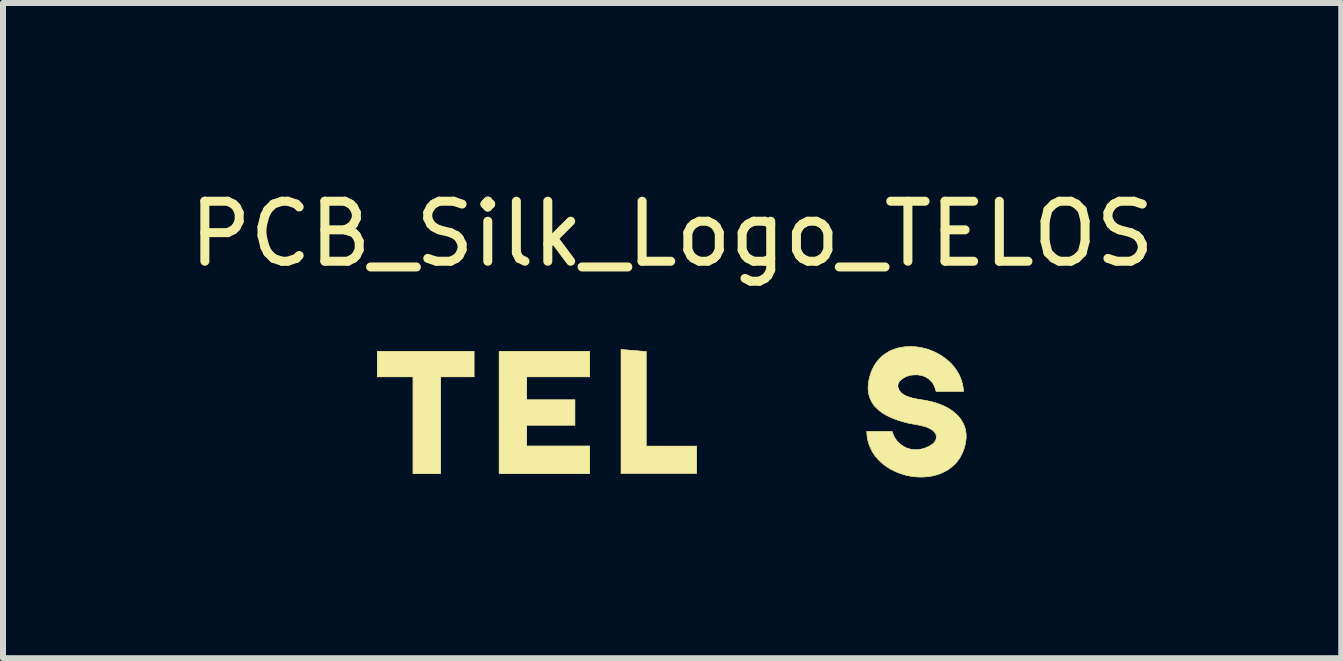
<source format=kicad_pcb>
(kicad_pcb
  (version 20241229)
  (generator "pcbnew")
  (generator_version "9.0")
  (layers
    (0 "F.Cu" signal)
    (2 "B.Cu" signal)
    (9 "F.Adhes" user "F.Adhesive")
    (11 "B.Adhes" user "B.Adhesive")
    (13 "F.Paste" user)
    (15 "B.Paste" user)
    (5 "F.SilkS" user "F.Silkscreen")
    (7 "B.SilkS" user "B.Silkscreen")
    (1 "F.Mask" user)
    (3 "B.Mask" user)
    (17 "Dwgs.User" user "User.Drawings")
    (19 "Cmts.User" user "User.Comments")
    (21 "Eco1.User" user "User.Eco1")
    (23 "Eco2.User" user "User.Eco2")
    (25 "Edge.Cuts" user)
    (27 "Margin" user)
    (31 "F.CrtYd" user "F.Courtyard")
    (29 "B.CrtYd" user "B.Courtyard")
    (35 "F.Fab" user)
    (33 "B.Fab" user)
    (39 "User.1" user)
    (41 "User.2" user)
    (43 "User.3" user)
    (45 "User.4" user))
  (footprint "PCB_Silk_Logo_TELOS"
    (layer "F.Cu")
    (at 7.979 3.798)
    (property "Reference" "PCB_Silk_Logo_TELOS" (at 0.17 -2.95 0) (unlocked yes) (layer "F.SilkS") (effects (font (size 1 1) (thickness 0.15))))
    (attr exclude_from_pos_files exclude_from_bom)
    (fp_line (start 0.902 -0.034) (end 0.903 -0.065) (stroke (width 0.01) (type solid)) (layer "F.Mask"))
    (fp_line (start 0.902 0.04) (end 0.903 0.071) (stroke (width 0.01) (type solid)) (layer "F.Mask"))
    (fp_line (start 0.902 -0.004) (end 0.902 -0.034) (stroke (width 0.01) (type solid)) (layer "F.Mask"))
    (fp_line (start 0.902 0.01) (end 0.902 0.04) (stroke (width 0.01) (type solid)) (layer "F.Mask"))
    (fp_line (start 0.903 -0.065) (end 0.904 -0.095) (stroke (width 0.01) (type solid)) (layer "F.Mask"))
    (fp_line (start 0.903 0.071) (end 0.904 0.101) (stroke (width 0.01) (type solid)) (layer "F.Mask"))
    (fp_line (start 0.903 -0.02) (end 0.902 0.01) (stroke (width 0.01) (type solid)) (layer "F.Mask"))
    (fp_line (start 0.904 -0.095) (end 0.907 -0.126) (stroke (width 0.01) (type solid)) (layer "F.Mask"))
    (fp_line (start 0.904 0.101) (end 0.907 0.132) (stroke (width 0.01) (type solid)) (layer "F.Mask"))
    (fp_line (start 0.907 -0.126) (end 0.91 -0.156) (stroke (width 0.01) (type solid)) (layer "F.Mask"))
    (fp_line (start 0.907 0.132) (end 0.91 0.162) (stroke (width 0.01) (type solid)) (layer "F.Mask"))
    (fp_line (start 0.91 -0.156) (end 0.914 -0.186) (stroke (width 0.01) (type solid)) (layer "F.Mask"))
    (fp_line (start 0.91 0.162) (end 0.914 0.192) (stroke (width 0.01) (type solid)) (layer "F.Mask"))
    (fp_line (start 0.914 -0.186) (end 0.919 -0.216) (stroke (width 0.01) (type solid)) (layer "F.Mask"))
    (fp_line (start 0.914 0.192) (end 0.919 0.222) (stroke (width 0.01) (type solid)) (layer "F.Mask"))
    (fp_line (start 0.919 -0.216) (end 0.925 -0.246) (stroke (width 0.01) (type solid)) (layer "F.Mask"))
    (fp_line (start 0.919 0.222) (end 0.925 0.252) (stroke (width 0.01) (type solid)) (layer "F.Mask"))
    (fp_line (start 0.925 -0.246) (end 0.931 -0.276) (stroke (width 0.01) (type solid)) (layer "F.Mask"))
    (fp_line (start 0.925 0.252) (end 0.931 0.282) (stroke (width 0.01) (type solid)) (layer "F.Mask"))
    (fp_line (start 0.931 -0.276) (end 0.939 -0.306) (stroke (width 0.01) (type solid)) (layer "F.Mask"))
    (fp_line (start 0.931 0.282) (end 0.939 0.312) (stroke (width 0.01) (type solid)) (layer "F.Mask"))
    (fp_line (start 0.939 -0.306) (end 0.947 -0.335) (stroke (width 0.01) (type solid)) (layer "F.Mask"))
    (fp_line (start 0.939 0.312) (end 0.947 0.341) (stroke (width 0.01) (type solid)) (layer "F.Mask"))
    (fp_line (start 0.947 -0.335) (end 0.957 -0.365) (stroke (width 0.01) (type solid)) (layer "F.Mask"))
    (fp_line (start 0.947 0.341) (end 0.957 0.371) (stroke (width 0.01) (type solid)) (layer "F.Mask"))
    (fp_line (start 0.957 -0.365) (end 0.967 -0.394) (stroke (width 0.01) (type solid)) (layer "F.Mask"))
    (fp_line (start 0.957 0.371) (end 0.967 0.4) (stroke (width 0.01) (type solid)) (layer "F.Mask"))
    (fp_line (start 0.967 -0.394) (end 0.978 -0.422) (stroke (width 0.01) (type solid)) (layer "F.Mask"))
    (fp_line (start 0.967 0.4) (end 0.978 0.428) (stroke (width 0.01) (type solid)) (layer "F.Mask"))
    (fp_line (start 0.978 -0.422) (end 0.99 -0.451) (stroke (width 0.01) (type solid)) (layer "F.Mask"))
    (fp_line (start 0.978 0.428) (end 0.99 0.457) (stroke (width 0.01) (type solid)) (layer "F.Mask"))
    (fp_line (start 0.99 -0.451) (end 1.003 -0.479) (stroke (width 0.01) (type solid)) (layer "F.Mask"))
    (fp_line (start 0.99 0.457) (end 1.003 0.485) (stroke (width 0.01) (type solid)) (layer "F.Mask"))
    (fp_line (start 1.003 -0.479) (end 1.017 -0.507) (stroke (width 0.01) (type solid)) (layer "F.Mask"))
    (fp_line (start 1.003 0.485) (end 1.017 0.513) (stroke (width 0.01) (type solid)) (layer "F.Mask"))
    (fp_line (start 1.017 -0.507) (end 1.032 -0.535) (stroke (width 0.01) (type solid)) (layer "F.Mask"))
    (fp_line (start 1.017 0.513) (end 1.032 0.541) (stroke (width 0.01) (type solid)) (layer "F.Mask"))
    (fp_line (start 1.032 -0.535) (end 1.049 -0.566) (stroke (width 0.01) (type solid)) (layer "F.Mask"))
    (fp_line (start 1.032 0.541) (end 1.049 0.572) (stroke (width 0.01) (type solid)) (layer "F.Mask"))
    (fp_line (start 1.049 -0.566) (end 1.068 -0.595) (stroke (width 0.01) (type solid)) (layer "F.Mask"))
    (fp_line (start 1.049 0.572) (end 1.068 0.601) (stroke (width 0.01) (type solid)) (layer "F.Mask"))
    (fp_line (start 1.068 -0.595) (end 1.087 -0.624) (stroke (width 0.01) (type solid)) (layer "F.Mask"))
    (fp_line (start 1.068 0.601) (end 1.087 0.63) (stroke (width 0.01) (type solid)) (layer "F.Mask"))
    (fp_line (start 1.087 -0.624) (end 1.106 -0.652) (stroke (width 0.01) (type solid)) (layer "F.Mask"))
    (fp_line (start 1.087 0.63) (end 1.106 0.658) (stroke (width 0.01) (type solid)) (layer "F.Mask"))
    (fp_line (start 1.106 -0.652) (end 1.127 -0.679) (stroke (width 0.01) (type solid)) (layer "F.Mask"))
    (fp_line (start 1.106 0.658) (end 1.127 0.685) (stroke (width 0.01) (type solid)) (layer "F.Mask"))
    (fp_line (start 1.127 -0.679) (end 1.148 -0.705) (stroke (width 0.01) (type solid)) (layer "F.Mask"))
    (fp_line (start 1.127 0.685) (end 1.148 0.711) (stroke (width 0.01) (type solid)) (layer "F.Mask"))
    (fp_line (start 1.148 -0.705) (end 1.169 -0.731) (stroke (width 0.01) (type solid)) (layer "F.Mask"))
    (fp_line (start 1.148 0.711) (end 1.169 0.737) (stroke (width 0.01) (type solid)) (layer "F.Mask"))
    (fp_line (start 1.169 -0.731) (end 1.192 -0.756) (stroke (width 0.01) (type solid)) (layer "F.Mask"))
    (fp_line (start 1.169 0.737) (end 1.192 0.762) (stroke (width 0.01) (type solid)) (layer "F.Mask"))
    (fp_line (start 1.192 -0.756) (end 1.215 -0.779) (stroke (width 0.01) (type solid)) (layer "F.Mask"))
    (fp_line (start 1.192 0.762) (end 1.215 0.785) (stroke (width 0.01) (type solid)) (layer "F.Mask"))
    (fp_line (start 1.215 -0.779) (end 1.238 -0.803) (stroke (width 0.01) (type solid)) (layer "F.Mask"))
    (fp_line (start 1.215 0.785) (end 1.238 0.809) (stroke (width 0.01) (type solid)) (layer "F.Mask"))
    (fp_line (start 1.238 -0.803) (end 1.262 -0.825) (stroke (width 0.01) (type solid)) (layer "F.Mask"))
    (fp_line (start 1.238 0.809) (end 1.262 0.831) (stroke (width 0.01) (type solid)) (layer "F.Mask"))
    (fp_line (start 1.262 -0.825) (end 1.287 -0.846) (stroke (width 0.01) (type solid)) (layer "F.Mask"))
    (fp_line (start 1.262 0.831) (end 1.287 0.852) (stroke (width 0.01) (type solid)) (layer "F.Mask"))
    (fp_line (start 1.287 -0.846) (end 1.312 -0.867) (stroke (width 0.01) (type solid)) (layer "F.Mask"))
    (fp_line (start 1.287 0.852) (end 1.312 0.873) (stroke (width 0.01) (type solid)) (layer "F.Mask"))
    (fp_line (start 1.312 -0.867) (end 1.338 -0.886) (stroke (width 0.01) (type solid)) (layer "F.Mask"))
    (fp_line (start 1.312 0.873) (end 1.338 0.892) (stroke (width 0.01) (type solid)) (layer "F.Mask"))
    (fp_line (start 1.338 -0.886) (end 1.364 -0.905) (stroke (width 0.01) (type solid)) (layer "F.Mask"))
    (fp_line (start 1.338 0.892) (end 1.364 0.911) (stroke (width 0.01) (type solid)) (layer "F.Mask"))
    (fp_line (start 1.364 -0.905) (end 1.391 -0.923) (stroke (width 0.01) (type solid)) (layer "F.Mask"))
    (fp_line (start 1.364 0.911) (end 1.391 0.929) (stroke (width 0.01) (type solid)) (layer "F.Mask"))
    (fp_line (start 1.383 0.004) (end 1.384 0.027) (stroke (width 0.01) (type solid)) (layer "F.Mask"))
    (fp_line (start 1.384 -0.02) (end 1.383 0.004) (stroke (width 0.01) (type solid)) (layer "F.Mask"))
    (fp_line (start 1.384 -0.021) (end 1.385 -0.044) (stroke (width 0.01) (type solid)) (layer "F.Mask"))
    (fp_line (start 1.384 0.027) (end 1.385 0.05) (stroke (width 0.01) (type solid)) (layer "F.Mask"))
    (fp_line (start 1.385 -0.044) (end 1.387 -0.068) (stroke (width 0.01) (type solid)) (layer "F.Mask"))
    (fp_line (start 1.385 0.05) (end 1.387 0.074) (stroke (width 0.01) (type solid)) (layer "F.Mask"))
    (fp_line (start 1.387 -0.068) (end 1.389 -0.091) (stroke (width 0.01) (type solid)) (layer "F.Mask"))
    (fp_line (start 1.387 0.074) (end 1.389 0.097) (stroke (width 0.01) (type solid)) (layer "F.Mask"))
    (fp_line (start 1.389 -0.091) (end 1.392 -0.114) (stroke (width 0.01) (type solid)) (layer "F.Mask"))
    (fp_line (start 1.389 0.097) (end 1.392 0.12) (stroke (width 0.01) (type solid)) (layer "F.Mask"))
    (fp_line (start 1.391 -0.923) (end 1.418 -0.941) (stroke (width 0.01) (type solid)) (layer "F.Mask"))
    (fp_line (start 1.391 0.929) (end 1.418 0.947) (stroke (width 0.01) (type solid)) (layer "F.Mask"))
    (fp_line (start 1.392 -0.114) (end 1.396 -0.137) (stroke (width 0.01) (type solid)) (layer "F.Mask"))
    (fp_line (start 1.392 0.12) (end 1.396 0.143) (stroke (width 0.01) (type solid)) (layer "F.Mask"))
    (fp_line (start 1.396 -0.137) (end 1.401 -0.159) (stroke (width 0.01) (type solid)) (layer "F.Mask"))
    (fp_line (start 1.396 0.143) (end 1.401 0.165) (stroke (width 0.01) (type solid)) (layer "F.Mask"))
    (fp_line (start 1.401 -0.159) (end 1.406 -0.182) (stroke (width 0.01) (type solid)) (layer "F.Mask"))
    (fp_line (start 1.401 0.165) (end 1.406 0.188) (stroke (width 0.01) (type solid)) (layer "F.Mask"))
    (fp_line (start 1.406 -0.182) (end 1.412 -0.204) (stroke (width 0.01) (type solid)) (layer "F.Mask"))
    (fp_line (start 1.406 0.188) (end 1.412 0.21) (stroke (width 0.01) (type solid)) (layer "F.Mask"))
    (fp_line (start 1.412 -0.204) (end 1.419 -0.227) (stroke (width 0.01) (type solid)) (layer "F.Mask"))
    (fp_line (start 1.412 0.21) (end 1.419 0.233) (stroke (width 0.01) (type solid)) (layer "F.Mask"))
    (fp_line (start 1.418 -0.941) (end 1.446 -0.957) (stroke (width 0.01) (type solid)) (layer "F.Mask"))
    (fp_line (start 1.418 0.947) (end 1.446 0.963) (stroke (width 0.01) (type solid)) (layer "F.Mask"))
    (fp_line (start 1.419 -0.227) (end 1.426 -0.248) (stroke (width 0.01) (type solid)) (layer "F.Mask"))
    (fp_line (start 1.419 0.233) (end 1.426 0.254) (stroke (width 0.01) (type solid)) (layer "F.Mask"))
    (fp_line (start 1.426 -0.248) (end 1.434 -0.27) (stroke (width 0.01) (type solid)) (layer "F.Mask"))
    (fp_line (start 1.426 0.254) (end 1.434 0.276) (stroke (width 0.01) (type solid)) (layer "F.Mask"))
    (fp_line (start 1.434 -0.27) (end 1.443 -0.291) (stroke (width 0.01) (type solid)) (layer "F.Mask"))
    (fp_line (start 1.434 0.276) (end 1.443 0.297) (stroke (width 0.01) (type solid)) (layer "F.Mask"))
    (fp_line (start 1.443 -0.291) (end 1.452 -0.312) (stroke (width 0.01) (type solid)) (layer "F.Mask"))
    (fp_line (start 1.443 0.297) (end 1.452 0.318) (stroke (width 0.01) (type solid)) (layer "F.Mask"))
    (fp_line (start 1.446 -0.957) (end 1.474 -0.972) (stroke (width 0.01) (type solid)) (layer "F.Mask"))
    (fp_line (start 1.446 0.963) (end 1.474 0.978) (stroke (width 0.01) (type solid)) (layer "F.Mask"))
    (fp_line (start 1.452 -0.312) (end 1.462 -0.333) (stroke (width 0.01) (type solid)) (layer "F.Mask"))
    (fp_line (start 1.452 0.318) (end 1.462 0.339) (stroke (width 0.01) (type solid)) (layer "F.Mask"))
    (fp_line (start 1.462 -0.333) (end 1.473 -0.353) (stroke (width 0.01) (type solid)) (layer "F.Mask"))
    (fp_line (start 1.462 0.339) (end 1.473 0.359) (stroke (width 0.01) (type solid)) (layer "F.Mask"))
    (fp_line (start 1.473 -0.353) (end 1.484 -0.373) (stroke (width 0.01) (type solid)) (layer "F.Mask"))
    (fp_line (start 1.473 0.359) (end 1.484 0.379) (stroke (width 0.01) (type solid)) (layer "F.Mask"))
    (fp_line (start 1.474 -0.972) (end 1.503 -0.987) (stroke (width 0.01) (type solid)) (layer "F.Mask"))
    (fp_line (start 1.474 0.978) (end 1.503 0.993) (stroke (width 0.01) (type solid)) (layer "F.Mask"))
    (fp_line (start 1.484 -0.373) (end 1.496 -0.392) (stroke (width 0.01) (type solid)) (layer "F.Mask"))
    (fp_line (start 1.484 0.379) (end 1.496 0.398) (stroke (width 0.01) (type solid)) (layer "F.Mask"))
    (fp_line (start 1.496 -0.392) (end 1.509 -0.411) (stroke (width 0.01) (type solid)) (layer "F.Mask"))
    (fp_line (start 1.496 0.398) (end 1.509 0.417) (stroke (width 0.01) (type solid)) (layer "F.Mask"))
    (fp_line (start 1.503 -0.987) (end 1.532 -1.001) (stroke (width 0.01) (type solid)) (layer "F.Mask"))
    (fp_line (start 1.503 0.993) (end 1.532 1.007) (stroke (width 0.01) (type solid)) (layer "F.Mask"))
    (fp_line (start 1.509 -0.411) (end 1.522 -0.43) (stroke (width 0.01) (type solid)) (layer "F.Mask"))
    (fp_line (start 1.509 0.417) (end 1.522 0.436) (stroke (width 0.01) (type solid)) (layer "F.Mask"))
    (fp_line (start 1.522 -0.43) (end 1.536 -0.448) (stroke (width 0.01) (type solid)) (layer "F.Mask"))
    (fp_line (start 1.522 0.436) (end 1.536 0.454) (stroke (width 0.01) (type solid)) (layer "F.Mask"))
    (fp_line (start 1.532 -1.001) (end 1.561 -1.014) (stroke (width 0.01) (type solid)) (layer "F.Mask"))
    (fp_line (start 1.532 1.007) (end 1.561 1.02) (stroke (width 0.01) (type solid)) (layer "F.Mask"))
    (fp_line (start 1.536 -0.448) (end 1.551 -0.465) (stroke (width 0.01) (type solid)) (layer "F.Mask"))
    (fp_line (start 1.536 0.454) (end 1.551 0.471) (stroke (width 0.01) (type solid)) (layer "F.Mask"))
    (fp_line (start 1.551 -0.465) (end 1.566 -0.482) (stroke (width 0.01) (type solid)) (layer "F.Mask"))
    (fp_line (start 1.551 0.471) (end 1.566 0.488) (stroke (width 0.01) (type solid)) (layer "F.Mask"))
    (fp_line (start 1.561 -1.014) (end 1.591 -1.026) (stroke (width 0.01) (type solid)) (layer "F.Mask"))
    (fp_line (start 1.561 1.02) (end 1.591 1.032) (stroke (width 0.01) (type solid)) (layer "F.Mask"))
    (fp_line (start 1.566 -0.482) (end 1.582 -0.498) (stroke (width 0.01) (type solid)) (layer "F.Mask"))
    (fp_line (start 1.566 0.488) (end 1.582 0.504) (stroke (width 0.01) (type solid)) (layer "F.Mask"))
    (fp_line (start 1.582 -0.498) (end 1.598 -0.514) (stroke (width 0.01) (type solid)) (layer "F.Mask"))
    (fp_line (start 1.582 0.504) (end 1.598 0.52) (stroke (width 0.01) (type solid)) (layer "F.Mask"))
    (fp_line (start 1.591 -1.026) (end 1.621 -1.037) (stroke (width 0.01) (type solid)) (layer "F.Mask"))
    (fp_line (start 1.591 1.032) (end 1.621 1.043) (stroke (width 0.01) (type solid)) (layer "F.Mask"))
    (fp_line (start 1.598 -0.514) (end 1.616 -0.529) (stroke (width 0.01) (type solid)) (layer "F.Mask"))
    (fp_line (start 1.598 0.52) (end 1.616 0.535) (stroke (width 0.01) (type solid)) (layer "F.Mask"))
    (fp_line (start 1.616 -0.529) (end 1.633 -0.543) (stroke (width 0.01) (type solid)) (layer "F.Mask"))
    (fp_line (start 1.616 0.535) (end 1.633 0.549) (stroke (width 0.01) (type solid)) (layer "F.Mask"))
    (fp_line (start 1.621 -1.037) (end 1.652 -1.048) (stroke (width 0.01) (type solid)) (layer "F.Mask"))
    (fp_line (start 1.621 1.043) (end 1.652 1.054) (stroke (width 0.01) (type solid)) (layer "F.Mask"))
    (fp_line (start 1.633 -0.543) (end 1.652 -0.557) (stroke (width 0.01) (type solid)) (layer "F.Mask"))
    (fp_line (start 1.633 0.549) (end 1.652 0.563) (stroke (width 0.01) (type solid)) (layer "F.Mask"))
    (fp_line (start 1.652 -1.048) (end 1.683 -1.058) (stroke (width 0.01) (type solid)) (layer "F.Mask"))
    (fp_line (start 1.652 1.054) (end 1.683 1.064) (stroke (width 0.01) (type solid)) (layer "F.Mask"))
    (fp_line (start 1.652 -0.557) (end 1.671 -0.57) (stroke (width 0.01) (type solid)) (layer "F.Mask"))
    (fp_line (start 1.652 0.563) (end 1.671 0.576) (stroke (width 0.01) (type solid)) (layer "F.Mask"))
    (fp_line (start 1.671 -0.57) (end 1.691 -0.582) (stroke (width 0.01) (type solid)) (layer "F.Mask"))
    (fp_line (start 1.671 0.576) (end 1.691 0.588) (stroke (width 0.01) (type solid)) (layer "F.Mask"))
    (fp_line (start 1.683 -1.058) (end 1.714 -1.066) (stroke (width 0.01) (type solid)) (layer "F.Mask"))
    (fp_line (start 1.683 1.064) (end 1.714 1.072) (stroke (width 0.01) (type solid)) (layer "F.Mask"))
    (fp_line (start 1.691 -0.582) (end 1.711 -0.594) (stroke (width 0.01) (type solid)) (layer "F.Mask"))
    (fp_line (start 1.691 0.588) (end 1.711 0.6) (stroke (width 0.01) (type solid)) (layer "F.Mask"))
    (fp_line (start 1.711 -0.594) (end 1.732 -0.605) (stroke (width 0.01) (type solid)) (layer "F.Mask"))
    (fp_line (start 1.711 0.6) (end 1.732 0.611) (stroke (width 0.01) (type solid)) (layer "F.Mask"))
    (fp_line (start 1.714 -1.066) (end 1.745 -1.074) (stroke (width 0.01) (type solid)) (layer "F.Mask"))
    (fp_line (start 1.714 1.072) (end 1.745 1.08) (stroke (width 0.01) (type solid)) (layer "F.Mask"))
    (fp_line (start 1.732 -0.605) (end 1.754 -0.615) (stroke (width 0.01) (type solid)) (layer "F.Mask"))
    (fp_line (start 1.732 0.611) (end 1.754 0.621) (stroke (width 0.01) (type solid)) (layer "F.Mask"))
    (fp_line (start 1.745 -1.074) (end 1.777 -1.081) (stroke (width 0.01) (type solid)) (layer "F.Mask"))
    (fp_line (start 1.745 1.08) (end 1.777 1.087) (stroke (width 0.01) (type solid)) (layer "F.Mask"))
    (fp_line (start 1.754 -0.615) (end 1.777 -0.624) (stroke (width 0.01) (type solid)) (layer "F.Mask"))
    (fp_line (start 1.754 0.621) (end 1.777 0.63) (stroke (width 0.01) (type solid)) (layer "F.Mask"))
    (fp_line (start 1.777 -0.624) (end 1.8 -0.632) (stroke (width 0.01) (type solid)) (layer "F.Mask"))
    (fp_line (start 1.777 0.63) (end 1.8 0.638) (stroke (width 0.01) (type solid)) (layer "F.Mask"))
    (fp_line (start 1.777 -1.081) (end 1.809 -1.088) (stroke (width 0.01) (type solid)) (layer "F.Mask"))
    (fp_line (start 1.777 1.087) (end 1.809 1.094) (stroke (width 0.01) (type solid)) (layer "F.Mask"))
    (fp_line (start 1.8 -0.632) (end 1.823 -0.639) (stroke (width 0.01) (type solid)) (layer "F.Mask"))
    (fp_line (start 1.8 0.638) (end 1.823 0.645) (stroke (width 0.01) (type solid)) (layer "F.Mask"))
    (fp_line (start 1.809 -1.088) (end 1.841 -1.093) (stroke (width 0.01) (type solid)) (layer "F.Mask"))
    (fp_line (start 1.809 1.094) (end 1.841 1.099) (stroke (width 0.01) (type solid)) (layer "F.Mask"))
    (fp_line (start 1.823 -0.639) (end 1.847 -0.646) (stroke (width 0.01) (type solid)) (layer "F.Mask"))
    (fp_line (start 1.823 0.645) (end 1.847 0.652) (stroke (width 0.01) (type solid)) (layer "F.Mask"))
    (fp_line (start 1.841 -1.093) (end 1.874 -1.097) (stroke (width 0.01) (type solid)) (layer "F.Mask"))
    (fp_line (start 1.841 1.099) (end 1.874 1.103) (stroke (width 0.01) (type solid)) (layer "F.Mask"))
    (fp_line (start 1.847 -0.646) (end 1.872 -0.651) (stroke (width 0.01) (type solid)) (layer "F.Mask"))
    (fp_line (start 1.847 0.652) (end 1.872 0.657) (stroke (width 0.01) (type solid)) (layer "F.Mask"))
    (fp_line (start 1.872 -0.651) (end 1.898 -0.656) (stroke (width 0.01) (type solid)) (layer "F.Mask"))
    (fp_line (start 1.872 0.657) (end 1.898 0.662) (stroke (width 0.01) (type solid)) (layer "F.Mask"))
    (fp_line (start 1.874 -1.097) (end 1.906 -1.101) (stroke (width 0.01) (type solid)) (layer "F.Mask"))
    (fp_line (start 1.874 1.103) (end 1.906 1.107) (stroke (width 0.01) (type solid)) (layer "F.Mask"))
    (fp_line (start 1.898 -0.656) (end 1.924 -0.659) (stroke (width 0.01) (type solid)) (layer "F.Mask"))
    (fp_line (start 1.898 0.662) (end 1.924 0.665) (stroke (width 0.01) (type solid)) (layer "F.Mask"))
    (fp_line (start 1.906 -1.101) (end 1.939 -1.104) (stroke (width 0.01) (type solid)) (layer "F.Mask"))
    (fp_line (start 1.906 1.107) (end 1.939 1.11) (stroke (width 0.01) (type solid)) (layer "F.Mask"))
    (fp_line (start 1.924 -0.659) (end 1.95 -0.662) (stroke (width 0.01) (type solid)) (layer "F.Mask"))
    (fp_line (start 1.924 0.665) (end 1.95 0.668) (stroke (width 0.01) (type solid)) (layer "F.Mask"))
    (fp_line (start 1.939 -1.104) (end 1.972 -1.106) (stroke (width 0.01) (type solid)) (layer "F.Mask"))
    (fp_line (start 1.939 1.11) (end 1.972 1.112) (stroke (width 0.01) (type solid)) (layer "F.Mask"))
    (fp_line (start 1.95 -0.662) (end 1.978 -0.663) (stroke (width 0.01) (type solid)) (layer "F.Mask"))
    (fp_line (start 1.95 0.668) (end 1.978 0.669) (stroke (width 0.01) (type solid)) (layer "F.Mask"))
    (fp_line (start 1.961 -1.105) (end 1.987 -1.107) (stroke (width 0.01) (type solid)) (layer "F.Mask"))
    (fp_line (start 1.961 1.111) (end 1.987 1.113) (stroke (width 0.01) (type solid)) (layer "F.Mask"))
    (fp_line (start 1.97 0.67) (end 1.997 0.67) (stroke (width 0.01) (type solid)) (layer "F.Mask"))
    (fp_line (start 1.987 1.113) (end 2.013 1.114) (stroke (width 0.01) (type solid)) (layer "F.Mask"))
    (fp_line (start 1.996 -0.664) (end 1.969 -0.664) (stroke (width 0.01) (type solid)) (layer "F.Mask"))
    (fp_line (start 1.997 0.67) (end 2.024 0.67) (stroke (width 0.01) (type solid)) (layer "F.Mask"))
    (fp_line (start 2.004 -1.107) (end 1.978 -1.108) (stroke (width 0.01) (type solid)) (layer "F.Mask"))
    (fp_line (start 2.023 -0.664) (end 1.996 -0.664) (stroke (width 0.01) (type solid)) (layer "F.Mask"))
    (fp_line (start 2.03 -1.105) (end 2.004 -1.107) (stroke (width 0.01) (type solid)) (layer "F.Mask"))
    (fp_line (start 2.03 1.111) (end 2.004 1.113) (stroke (width 0.01) (type solid)) (layer "F.Mask"))
    (fp_line (start 2.043 -0.662) (end 2.015 -0.663) (stroke (width 0.01) (type solid)) (layer "F.Mask"))
    (fp_line (start 2.043 0.668) (end 2.015 0.669) (stroke (width 0.01) (type solid)) (layer "F.Mask"))
    (fp_line (start 2.054 -1.104) (end 2.021 -1.106) (stroke (width 0.01) (type solid)) (layer "F.Mask"))
    (fp_line (start 2.054 1.11) (end 2.021 1.112) (stroke (width 0.01) (type solid)) (layer "F.Mask"))
    (fp_line (start 2.069 -0.659) (end 2.043 -0.662) (stroke (width 0.01) (type solid)) (layer "F.Mask"))
    (fp_line (start 2.069 0.665) (end 2.043 0.668) (stroke (width 0.01) (type solid)) (layer "F.Mask"))
    (fp_line (start 2.087 -1.101) (end 2.054 -1.104) (stroke (width 0.01) (type solid)) (layer "F.Mask"))
    (fp_line (start 2.087 1.107) (end 2.054 1.11) (stroke (width 0.01) (type solid)) (layer "F.Mask"))
    (fp_line (start 2.095 -0.656) (end 2.069 -0.659) (stroke (width 0.01) (type solid)) (layer "F.Mask"))
    (fp_line (start 2.095 0.662) (end 2.069 0.665) (stroke (width 0.01) (type solid)) (layer "F.Mask"))
    (fp_line (start 2.119 -1.097) (end 2.087 -1.101) (stroke (width 0.01) (type solid)) (layer "F.Mask"))
    (fp_line (start 2.119 1.103) (end 2.087 1.107) (stroke (width 0.01) (type solid)) (layer "F.Mask"))
    (fp_line (start 2.121 -0.651) (end 2.095 -0.656) (stroke (width 0.01) (type solid)) (layer "F.Mask"))
    (fp_line (start 2.121 0.657) (end 2.095 0.662) (stroke (width 0.01) (type solid)) (layer "F.Mask"))
    (fp_line (start 2.146 -0.646) (end 2.121 -0.651) (stroke (width 0.01) (type solid)) (layer "F.Mask"))
    (fp_line (start 2.146 0.652) (end 2.121 0.657) (stroke (width 0.01) (type solid)) (layer "F.Mask"))
    (fp_line (start 2.152 -1.093) (end 2.119 -1.097) (stroke (width 0.01) (type solid)) (layer "F.Mask"))
    (fp_line (start 2.152 1.099) (end 2.119 1.103) (stroke (width 0.01) (type solid)) (layer "F.Mask"))
    (fp_line (start 2.17 -0.639) (end 2.146 -0.646) (stroke (width 0.01) (type solid)) (layer "F.Mask"))
    (fp_line (start 2.17 0.645) (end 2.146 0.652) (stroke (width 0.01) (type solid)) (layer "F.Mask"))
    (fp_line (start 2.184 -1.088) (end 2.152 -1.093) (stroke (width 0.01) (type solid)) (layer "F.Mask"))
    (fp_line (start 2.184 1.094) (end 2.152 1.099) (stroke (width 0.01) (type solid)) (layer "F.Mask"))
    (fp_line (start 2.193 -0.632) (end 2.17 -0.639) (stroke (width 0.01) (type solid)) (layer "F.Mask"))
    (fp_line (start 2.193 0.638) (end 2.17 0.645) (stroke (width 0.01) (type solid)) (layer "F.Mask"))
    (fp_line (start 2.216 -1.081) (end 2.184 -1.088) (stroke (width 0.01) (type solid)) (layer "F.Mask"))
    (fp_line (start 2.216 1.087) (end 2.184 1.094) (stroke (width 0.01) (type solid)) (layer "F.Mask"))
    (fp_line (start 2.216 -0.624) (end 2.193 -0.632) (stroke (width 0.01) (type solid)) (layer "F.Mask"))
    (fp_line (start 2.216 0.63) (end 2.193 0.638) (stroke (width 0.01) (type solid)) (layer "F.Mask"))
    (fp_line (start 2.239 -0.615) (end 2.216 -0.624) (stroke (width 0.01) (type solid)) (layer "F.Mask"))
    (fp_line (start 2.239 0.621) (end 2.216 0.63) (stroke (width 0.01) (type solid)) (layer "F.Mask"))
    (fp_line (start 2.248 -1.074) (end 2.216 -1.081) (stroke (width 0.01) (type solid)) (layer "F.Mask"))
    (fp_line (start 2.248 1.08) (end 2.216 1.087) (stroke (width 0.01) (type solid)) (layer "F.Mask"))
    (fp_line (start 2.261 -0.605) (end 2.239 -0.615) (stroke (width 0.01) (type solid)) (layer "F.Mask"))
    (fp_line (start 2.261 0.611) (end 2.239 0.621) (stroke (width 0.01) (type solid)) (layer "F.Mask"))
    (fp_line (start 2.279 -1.066) (end 2.248 -1.074) (stroke (width 0.01) (type solid)) (layer "F.Mask"))
    (fp_line (start 2.279 1.072) (end 2.248 1.08) (stroke (width 0.01) (type solid)) (layer "F.Mask"))
    (fp_line (start 2.282 -0.594) (end 2.261 -0.605) (stroke (width 0.01) (type solid)) (layer "F.Mask"))
    (fp_line (start 2.282 0.6) (end 2.261 0.611) (stroke (width 0.01) (type solid)) (layer "F.Mask"))
    (fp_line (start 2.302 -0.582) (end 2.282 -0.594) (stroke (width 0.01) (type solid)) (layer "F.Mask"))
    (fp_line (start 2.302 0.588) (end 2.282 0.6) (stroke (width 0.01) (type solid)) (layer "F.Mask"))
    (fp_line (start 2.31 -1.058) (end 2.279 -1.066) (stroke (width 0.01) (type solid)) (layer "F.Mask"))
    (fp_line (start 2.31 1.064) (end 2.279 1.072) (stroke (width 0.01) (type solid)) (layer "F.Mask"))
    (fp_line (start 2.322 -0.57) (end 2.302 -0.582) (stroke (width 0.01) (type solid)) (layer "F.Mask"))
    (fp_line (start 2.322 0.576) (end 2.302 0.588) (stroke (width 0.01) (type solid)) (layer "F.Mask"))
    (fp_line (start 2.341 -0.557) (end 2.322 -0.57) (stroke (width 0.01) (type solid)) (layer "F.Mask"))
    (fp_line (start 2.341 0.563) (end 2.322 0.576) (stroke (width 0.01) (type solid)) (layer "F.Mask"))
    (fp_line (start 2.341 -1.048) (end 2.31 -1.058) (stroke (width 0.01) (type solid)) (layer "F.Mask"))
    (fp_line (start 2.341 1.054) (end 2.31 1.064) (stroke (width 0.01) (type solid)) (layer "F.Mask"))
    (fp_line (start 2.36 -0.543) (end 2.341 -0.557) (stroke (width 0.01) (type solid)) (layer "F.Mask"))
    (fp_line (start 2.36 0.549) (end 2.341 0.563) (stroke (width 0.01) (type solid)) (layer "F.Mask"))
    (fp_line (start 2.372 -1.037) (end 2.341 -1.048) (stroke (width 0.01) (type solid)) (layer "F.Mask"))
    (fp_line (start 2.372 1.043) (end 2.341 1.054) (stroke (width 0.01) (type solid)) (layer "F.Mask"))
    (fp_line (start 2.377 -0.529) (end 2.36 -0.543) (stroke (width 0.01) (type solid)) (layer "F.Mask"))
    (fp_line (start 2.377 0.535) (end 2.36 0.549) (stroke (width 0.01) (type solid)) (layer "F.Mask"))
    (fp_line (start 2.395 -0.514) (end 2.377 -0.529) (stroke (width 0.01) (type solid)) (layer "F.Mask"))
    (fp_line (start 2.395 0.52) (end 2.377 0.535) (stroke (width 0.01) (type solid)) (layer "F.Mask"))
    (fp_line (start 2.402 -1.026) (end 2.372 -1.037) (stroke (width 0.01) (type solid)) (layer "F.Mask"))
    (fp_line (start 2.402 1.032) (end 2.372 1.043) (stroke (width 0.01) (type solid)) (layer "F.Mask"))
    (fp_line (start 2.411 -0.498) (end 2.395 -0.514) (stroke (width 0.01) (type solid)) (layer "F.Mask"))
    (fp_line (start 2.411 0.504) (end 2.395 0.52) (stroke (width 0.01) (type solid)) (layer "F.Mask"))
    (fp_line (start 2.427 -0.482) (end 2.411 -0.498) (stroke (width 0.01) (type solid)) (layer "F.Mask"))
    (fp_line (start 2.427 0.488) (end 2.411 0.504) (stroke (width 0.01) (type solid)) (layer "F.Mask"))
    (fp_line (start 2.432 -1.014) (end 2.402 -1.026) (stroke (width 0.01) (type solid)) (layer "F.Mask"))
    (fp_line (start 2.432 1.02) (end 2.402 1.032) (stroke (width 0.01) (type solid)) (layer "F.Mask"))
    (fp_line (start 2.442 -0.465) (end 2.427 -0.482) (stroke (width 0.01) (type solid)) (layer "F.Mask"))
    (fp_line (start 2.442 0.471) (end 2.427 0.488) (stroke (width 0.01) (type solid)) (layer "F.Mask"))
    (fp_line (start 2.457 -0.448) (end 2.442 -0.465) (stroke (width 0.01) (type solid)) (layer "F.Mask"))
    (fp_line (start 2.457 0.454) (end 2.442 0.471) (stroke (width 0.01) (type solid)) (layer "F.Mask"))
    (fp_line (start 2.461 -1.001) (end 2.432 -1.014) (stroke (width 0.01) (type solid)) (layer "F.Mask"))
    (fp_line (start 2.461 1.007) (end 2.432 1.02) (stroke (width 0.01) (type solid)) (layer "F.Mask"))
    (fp_line (start 2.471 -0.43) (end 2.457 -0.448) (stroke (width 0.01) (type solid)) (layer "F.Mask"))
    (fp_line (start 2.471 0.436) (end 2.457 0.454) (stroke (width 0.01) (type solid)) (layer "F.Mask"))
    (fp_line (start 2.484 -0.411) (end 2.471 -0.43) (stroke (width 0.01) (type solid)) (layer "F.Mask"))
    (fp_line (start 2.484 0.417) (end 2.471 0.436) (stroke (width 0.01) (type solid)) (layer "F.Mask"))
    (fp_line (start 2.49 -0.987) (end 2.461 -1.001) (stroke (width 0.01) (type solid)) (layer "F.Mask"))
    (fp_line (start 2.49 0.993) (end 2.461 1.007) (stroke (width 0.01) (type solid)) (layer "F.Mask"))
    (fp_line (start 2.497 -0.392) (end 2.484 -0.411) (stroke (width 0.01) (type solid)) (layer "F.Mask"))
    (fp_line (start 2.497 0.398) (end 2.484 0.417) (stroke (width 0.01) (type solid)) (layer "F.Mask"))
    (fp_line (start 2.509 -0.373) (end 2.497 -0.392) (stroke (width 0.01) (type solid)) (layer "F.Mask"))
    (fp_line (start 2.509 0.379) (end 2.497 0.398) (stroke (width 0.01) (type solid)) (layer "F.Mask"))
    (fp_line (start 2.519 -0.972) (end 2.49 -0.987) (stroke (width 0.01) (type solid)) (layer "F.Mask"))
    (fp_line (start 2.519 0.978) (end 2.49 0.993) (stroke (width 0.01) (type solid)) (layer "F.Mask"))
    (fp_line (start 2.52 -0.353) (end 2.509 -0.373) (stroke (width 0.01) (type solid)) (layer "F.Mask"))
    (fp_line (start 2.52 0.359) (end 2.509 0.379) (stroke (width 0.01) (type solid)) (layer "F.Mask"))
    (fp_line (start 2.531 -0.333) (end 2.52 -0.353) (stroke (width 0.01) (type solid)) (layer "F.Mask"))
    (fp_line (start 2.531 0.339) (end 2.52 0.359) (stroke (width 0.01) (type solid)) (layer "F.Mask"))
    (fp_line (start 2.541 -0.312) (end 2.531 -0.333) (stroke (width 0.01) (type solid)) (layer "F.Mask"))
    (fp_line (start 2.541 0.318) (end 2.531 0.339) (stroke (width 0.01) (type solid)) (layer "F.Mask"))
    (fp_line (start 2.547 -0.957) (end 2.519 -0.972) (stroke (width 0.01) (type solid)) (layer "F.Mask"))
    (fp_line (start 2.547 0.963) (end 2.519 0.978) (stroke (width 0.01) (type solid)) (layer "F.Mask"))
    (fp_line (start 2.55 -0.291) (end 2.541 -0.312) (stroke (width 0.01) (type solid)) (layer "F.Mask"))
    (fp_line (start 2.55 0.297) (end 2.541 0.318) (stroke (width 0.01) (type solid)) (layer "F.Mask"))
    (fp_line (start 2.559 -0.27) (end 2.55 -0.291) (stroke (width 0.01) (type solid)) (layer "F.Mask"))
    (fp_line (start 2.559 0.276) (end 2.55 0.297) (stroke (width 0.01) (type solid)) (layer "F.Mask"))
    (fp_line (start 2.567 -0.248) (end 2.559 -0.27) (stroke (width 0.01) (type solid)) (layer "F.Mask"))
    (fp_line (start 2.567 0.254) (end 2.559 0.276) (stroke (width 0.01) (type solid)) (layer "F.Mask"))
    (fp_line (start 2.574 -0.227) (end 2.567 -0.248) (stroke (width 0.01) (type solid)) (layer "F.Mask"))
    (fp_line (start 2.574 0.233) (end 2.567 0.254) (stroke (width 0.01) (type solid)) (layer "F.Mask"))
    (fp_line (start 2.575 -0.941) (end 2.547 -0.957) (stroke (width 0.01) (type solid)) (layer "F.Mask"))
    (fp_line (start 2.575 0.947) (end 2.547 0.963) (stroke (width 0.01) (type solid)) (layer "F.Mask"))
    (fp_line (start 2.581 -0.204) (end 2.574 -0.227) (stroke (width 0.01) (type solid)) (layer "F.Mask"))
    (fp_line (start 2.581 0.21) (end 2.574 0.233) (stroke (width 0.01) (type solid)) (layer "F.Mask"))
    (fp_line (start 2.587 -0.182) (end 2.581 -0.204) (stroke (width 0.01) (type solid)) (layer "F.Mask"))
    (fp_line (start 2.587 0.188) (end 2.581 0.21) (stroke (width 0.01) (type solid)) (layer "F.Mask"))
    (fp_line (start 2.592 -0.159) (end 2.587 -0.182) (stroke (width 0.01) (type solid)) (layer "F.Mask"))
    (fp_line (start 2.592 0.165) (end 2.587 0.188) (stroke (width 0.01) (type solid)) (layer "F.Mask"))
    (fp_line (start 2.597 -0.137) (end 2.592 -0.159) (stroke (width 0.01) (type solid)) (layer "F.Mask"))
    (fp_line (start 2.597 0.143) (end 2.592 0.165) (stroke (width 0.01) (type solid)) (layer "F.Mask"))
    (fp_line (start 2.601 -0.114) (end 2.597 -0.137) (stroke (width 0.01) (type solid)) (layer "F.Mask"))
    (fp_line (start 2.601 0.12) (end 2.597 0.143) (stroke (width 0.01) (type solid)) (layer "F.Mask"))
    (fp_line (start 2.602 -0.923) (end 2.575 -0.941) (stroke (width 0.01) (type solid)) (layer "F.Mask"))
    (fp_line (start 2.602 0.929) (end 2.575 0.947) (stroke (width 0.01) (type solid)) (layer "F.Mask"))
    (fp_line (start 2.604 -0.091) (end 2.601 -0.114) (stroke (width 0.01) (type solid)) (layer "F.Mask"))
    (fp_line (start 2.604 0.097) (end 2.601 0.12) (stroke (width 0.01) (type solid)) (layer "F.Mask"))
    (fp_line (start 2.606 -0.068) (end 2.604 -0.091) (stroke (width 0.01) (type solid)) (layer "F.Mask"))
    (fp_line (start 2.606 0.074) (end 2.604 0.097) (stroke (width 0.01) (type solid)) (layer "F.Mask"))
    (fp_line (start 2.608 -0.044) (end 2.606 -0.068) (stroke (width 0.01) (type solid)) (layer "F.Mask"))
    (fp_line (start 2.608 0.05) (end 2.606 0.074) (stroke (width 0.01) (type solid)) (layer "F.Mask"))
    (fp_line (start 2.609 -0.021) (end 2.608 -0.044) (stroke (width 0.01) (type solid)) (layer "F.Mask"))
    (fp_line (start 2.609 0.027) (end 2.608 0.05) (stroke (width 0.01) (type solid)) (layer "F.Mask"))
    (fp_line (start 2.609 0.026) (end 2.61 0.002) (stroke (width 0.01) (type solid)) (layer "F.Mask"))
    (fp_line (start 2.61 0.002) (end 2.609 -0.021) (stroke (width 0.01) (type solid)) (layer "F.Mask"))
    (fp_line (start 2.629 -0.905) (end 2.602 -0.923) (stroke (width 0.01) (type solid)) (layer "F.Mask"))
    (fp_line (start 2.629 0.911) (end 2.602 0.929) (stroke (width 0.01) (type solid)) (layer "F.Mask"))
    (fp_line (start 2.655 -0.886) (end 2.629 -0.905) (stroke (width 0.01) (type solid)) (layer "F.Mask"))
    (fp_line (start 2.655 0.892) (end 2.629 0.911) (stroke (width 0.01) (type solid)) (layer "F.Mask"))
    (fp_line (start 2.681 -0.867) (end 2.655 -0.886) (stroke (width 0.01) (type solid)) (layer "F.Mask"))
    (fp_line (start 2.681 0.873) (end 2.655 0.892) (stroke (width 0.01) (type solid)) (layer "F.Mask"))
    (fp_line (start 2.706 -0.846) (end 2.681 -0.867) (stroke (width 0.01) (type solid)) (layer "F.Mask"))
    (fp_line (start 2.706 0.852) (end 2.681 0.873) (stroke (width 0.01) (type solid)) (layer "F.Mask"))
    (fp_line (start 2.731 -0.825) (end 2.706 -0.846) (stroke (width 0.01) (type solid)) (layer "F.Mask"))
    (fp_line (start 2.731 0.831) (end 2.706 0.852) (stroke (width 0.01) (type solid)) (layer "F.Mask"))
    (fp_line (start 2.755 -0.803) (end 2.731 -0.825) (stroke (width 0.01) (type solid)) (layer "F.Mask"))
    (fp_line (start 2.755 0.809) (end 2.731 0.831) (stroke (width 0.01) (type solid)) (layer "F.Mask"))
    (fp_line (start 2.778 -0.779) (end 2.755 -0.803) (stroke (width 0.01) (type solid)) (layer "F.Mask"))
    (fp_line (start 2.778 0.785) (end 2.755 0.809) (stroke (width 0.01) (type solid)) (layer "F.Mask"))
    (fp_line (start 2.801 -0.756) (end 2.778 -0.779) (stroke (width 0.01) (type solid)) (layer "F.Mask"))
    (fp_line (start 2.801 0.762) (end 2.778 0.785) (stroke (width 0.01) (type solid)) (layer "F.Mask"))
    (fp_line (start 2.824 -0.731) (end 2.801 -0.756) (stroke (width 0.01) (type solid)) (layer "F.Mask"))
    (fp_line (start 2.824 0.737) (end 2.801 0.762) (stroke (width 0.01) (type solid)) (layer "F.Mask"))
    (fp_line (start 2.845 -0.705) (end 2.824 -0.731) (stroke (width 0.01) (type solid)) (layer "F.Mask"))
    (fp_line (start 2.845 0.711) (end 2.824 0.737) (stroke (width 0.01) (type solid)) (layer "F.Mask"))
    (fp_line (start 2.866 -0.679) (end 2.845 -0.705) (stroke (width 0.01) (type solid)) (layer "F.Mask"))
    (fp_line (start 2.866 0.685) (end 2.845 0.711) (stroke (width 0.01) (type solid)) (layer "F.Mask"))
    (fp_line (start 2.887 -0.652) (end 2.866 -0.679) (stroke (width 0.01) (type solid)) (layer "F.Mask"))
    (fp_line (start 2.887 0.658) (end 2.866 0.685) (stroke (width 0.01) (type solid)) (layer "F.Mask"))
    (fp_line (start 2.906 -0.624) (end 2.887 -0.652) (stroke (width 0.01) (type solid)) (layer "F.Mask"))
    (fp_line (start 2.906 0.63) (end 2.887 0.658) (stroke (width 0.01) (type solid)) (layer "F.Mask"))
    (fp_line (start 2.925 -0.595) (end 2.906 -0.624) (stroke (width 0.01) (type solid)) (layer "F.Mask"))
    (fp_line (start 2.925 0.601) (end 2.906 0.63) (stroke (width 0.01) (type solid)) (layer "F.Mask"))
    (fp_line (start 2.944 -0.566) (end 2.925 -0.595) (stroke (width 0.01) (type solid)) (layer "F.Mask"))
    (fp_line (start 2.944 0.572) (end 2.925 0.601) (stroke (width 0.01) (type solid)) (layer "F.Mask"))
    (fp_line (start 2.961 -0.535) (end 2.944 -0.566) (stroke (width 0.01) (type solid)) (layer "F.Mask"))
    (fp_line (start 2.961 0.541) (end 2.944 0.572) (stroke (width 0.01) (type solid)) (layer "F.Mask"))
    (fp_line (start 2.976 -0.507) (end 2.961 -0.535) (stroke (width 0.01) (type solid)) (layer "F.Mask"))
    (fp_line (start 2.976 0.513) (end 2.961 0.541) (stroke (width 0.01) (type solid)) (layer "F.Mask"))
    (fp_line (start 2.99 -0.479) (end 2.976 -0.507) (stroke (width 0.01) (type solid)) (layer "F.Mask"))
    (fp_line (start 2.99 0.485) (end 2.976 0.513) (stroke (width 0.01) (type solid)) (layer "F.Mask"))
    (fp_line (start 3.003 -0.451) (end 2.99 -0.479) (stroke (width 0.01) (type solid)) (layer "F.Mask"))
    (fp_line (start 3.003 0.457) (end 2.99 0.485) (stroke (width 0.01) (type solid)) (layer "F.Mask"))
    (fp_line (start 3.015 -0.422) (end 3.003 -0.451) (stroke (width 0.01) (type solid)) (layer "F.Mask"))
    (fp_line (start 3.015 0.428) (end 3.003 0.457) (stroke (width 0.01) (type solid)) (layer "F.Mask"))
    (fp_line (start 3.026 -0.394) (end 3.015 -0.422) (stroke (width 0.01) (type solid)) (layer "F.Mask"))
    (fp_line (start 3.026 0.4) (end 3.015 0.428) (stroke (width 0.01) (type solid)) (layer "F.Mask"))
    (fp_line (start 3.036 -0.365) (end 3.026 -0.394) (stroke (width 0.01) (type solid)) (layer "F.Mask"))
    (fp_line (start 3.036 0.371) (end 3.026 0.4) (stroke (width 0.01) (type solid)) (layer "F.Mask"))
    (fp_line (start 3.046 -0.335) (end 3.036 -0.365) (stroke (width 0.01) (type solid)) (layer "F.Mask"))
    (fp_line (start 3.046 0.341) (end 3.036 0.371) (stroke (width 0.01) (type solid)) (layer "F.Mask"))
    (fp_line (start 3.054 -0.306) (end 3.046 -0.335) (stroke (width 0.01) (type solid)) (layer "F.Mask"))
    (fp_line (start 3.054 0.312) (end 3.046 0.341) (stroke (width 0.01) (type solid)) (layer "F.Mask"))
    (fp_line (start 3.062 -0.276) (end 3.054 -0.306) (stroke (width 0.01) (type solid)) (layer "F.Mask"))
    (fp_line (start 3.062 0.282) (end 3.054 0.312) (stroke (width 0.01) (type solid)) (layer "F.Mask"))
    (fp_line (start 3.068 -0.246) (end 3.062 -0.276) (stroke (width 0.01) (type solid)) (layer "F.Mask"))
    (fp_line (start 3.068 0.252) (end 3.062 0.282) (stroke (width 0.01) (type solid)) (layer "F.Mask"))
    (fp_line (start 3.074 -0.216) (end 3.068 -0.246) (stroke (width 0.01) (type solid)) (layer "F.Mask"))
    (fp_line (start 3.074 0.222) (end 3.068 0.252) (stroke (width 0.01) (type solid)) (layer "F.Mask"))
    (fp_line (start 3.079 -0.186) (end 3.074 -0.216) (stroke (width 0.01) (type solid)) (layer "F.Mask"))
    (fp_line (start 3.079 0.192) (end 3.074 0.222) (stroke (width 0.01) (type solid)) (layer "F.Mask"))
    (fp_line (start 3.083 -0.156) (end 3.079 -0.186) (stroke (width 0.01) (type solid)) (layer "F.Mask"))
    (fp_line (start 3.083 0.162) (end 3.079 0.192) (stroke (width 0.01) (type solid)) (layer "F.Mask"))
    (fp_line (start 3.086 -0.126) (end 3.083 -0.156) (stroke (width 0.01) (type solid)) (layer "F.Mask"))
    (fp_line (start 3.086 0.132) (end 3.083 0.162) (stroke (width 0.01) (type solid)) (layer "F.Mask"))
    (fp_line (start 3.089 -0.095) (end 3.086 -0.126) (stroke (width 0.01) (type solid)) (layer "F.Mask"))
    (fp_line (start 3.089 0.101) (end 3.086 0.132) (stroke (width 0.01) (type solid)) (layer "F.Mask"))
    (fp_line (start 3.09 0.026) (end 3.091 -0.004) (stroke (width 0.01) (type solid)) (layer "F.Mask"))
    (fp_line (start 3.09 -0.065) (end 3.089 -0.095) (stroke (width 0.01) (type solid)) (layer "F.Mask"))
    (fp_line (start 3.09 0.071) (end 3.089 0.101) (stroke (width 0.01) (type solid)) (layer "F.Mask"))
    (fp_line (start 3.091 -0.004) (end 3.091 -0.034) (stroke (width 0.01) (type solid)) (layer "F.Mask"))
    (fp_line (start 3.091 0.01) (end 3.091 0.04) (stroke (width 0.01) (type solid)) (layer "F.Mask"))
    (fp_line (start 3.091 -0.034) (end 3.09 -0.065) (stroke (width 0.01) (type solid)) (layer "F.Mask"))
    (fp_line (start 3.091 0.04) (end 3.09 0.071) (stroke (width 0.01) (type solid)) (layer "F.Mask"))
    (fp_poly (pts (xy 2.119 -1.097) (xy 2.215 -1.08) (xy 2.31 -1.058) (xy 2.403 -1.022) (xy 2.49 -0.987) (xy 2.617 -0.91) (xy 2.731 -0.825) (xy 2.826 -0.725) (xy 2.906 -0.624) (xy 2.965 -0.524) (xy 3.015 -0.422) (xy 3.056 -0.291) (xy 3.083 -0.156) (xy 3.09 -0.001) (xy 2.61 0.002) (xy 2.601 -0.114) (xy 2.574 -0.227) (xy 2.534 -0.33) (xy 2.457 -0.448) (xy 2.373 -0.533) (xy 2.27 -0.6) (xy 2.171 -0.639) (xy 2.071 -0.659) (xy 1.997 -0.662) (xy 1.924 -0.659) (xy 1.861 -0.647) (xy 1.8 -0.632) (xy 1.733 -0.604) (xy 1.677 -0.575) (xy 1.621 -0.532) (xy 1.566 -0.482) (xy 1.53 -0.439) (xy 1.496 -0.392) (xy 1.465 -0.337) (xy 1.434 -0.27) (xy 1.41 -0.195) (xy 1.392 -0.114) (xy 1.384 -0.005) (xy 1.389 0.097) (xy 1.409 0.202) (xy 1.431 0.271) (xy 1.462 0.339) (xy 1.514 0.427) (xy 1.582 0.504) (xy 1.624 0.543) (xy 1.671 0.576) (xy 1.744 0.616) (xy 1.823 0.645) (xy 1.909 0.662) (xy 1.989 0.669) (xy 2.069 0.665) (xy 2.152 0.65) (xy 2.237 0.622) (xy 2.303 0.589) (xy 2.341 0.563) (xy 2.402 0.513) (xy 2.453 0.458) (xy 2.505 0.388) (xy 2.539 0.323) (xy 2.567 0.254) (xy 2.588 0.182) (xy 2.603 0.094) (xy 2.61 0.002) (xy 3.09 0) (xy 3.09 0.089) (xy 3.074 0.222) (xy 3.04 0.361) (xy 2.98 0.51) (xy 2.906 0.63) (xy 2.804 0.757) (xy 2.68 0.874) (xy 2.547 0.963) (xy 2.419 1.026) (xy 2.269 1.076) (xy 2.138 1.101) (xy 1.972 1.112) (xy 1.812 1.096) (xy 1.673 1.061) (xy 1.532 1.006) (xy 1.364 0.911) (xy 1.244 0.815) (xy 1.13 0.69) (xy 1.033 0.544) (xy 0.968 0.402) (xy 0.919 0.222) (xy 0.903 0.071) (xy 0.904 -0.095) (xy 0.931 -0.276) (xy 0.988 -0.448) (xy 1.066 -0.587) (xy 1.147 -0.697) (xy 1.228 -0.793) (xy 1.338 -0.886) (xy 1.474 -0.972) (xy 1.621 -1.037) (xy 1.683 -1.058) (xy 1.781 -1.082) (xy 1.874 -1.097) (xy 1.978 -1.108)) (stroke (width 0.002) (type solid)) (fill yes) (layer "F.Mask"))
    (fp_line (start -4.741 -0.99) (end -4.741 -0.57) (stroke (width 0.01) (type solid)) (layer "F.SilkS"))
    (fp_line (start -4.741 -0.57) (end -4.146 -0.57) (stroke (width 0.01) (type solid)) (layer "F.SilkS"))
    (fp_line (start -4.146 -0.57) (end -4.146 1.04) (stroke (width 0.01) (type solid)) (layer "F.SilkS"))
    (fp_line (start -4.146 1.04) (end -3.691 1.04) (stroke (width 0.01) (type solid)) (layer "F.SilkS"))
    (fp_line (start -3.691 -0.57) (end -3.131 -0.57) (stroke (width 0.01) (type solid)) (layer "F.SilkS"))
    (fp_line (start -3.691 1.04) (end -3.691 -0.57) (stroke (width 0.01) (type solid)) (layer "F.SilkS"))
    (fp_line (start -3.131 -0.99) (end -4.741 -0.99) (stroke (width 0.01) (type solid)) (layer "F.SilkS"))
    (fp_line (start -3.131 -0.57) (end -3.131 -0.99) (stroke (width 0.01) (type solid)) (layer "F.SilkS"))
    (fp_line (start -2.711 -0.99) (end -2.711 1.04) (stroke (width 0.01) (type solid)) (layer "F.SilkS"))
    (fp_line (start -2.711 1.04) (end -1.206 1.04) (stroke (width 0.01) (type solid)) (layer "F.SilkS"))
    (fp_line (start -2.256 -0.57) (end -1.206 -0.57) (stroke (width 0.01) (type solid)) (layer "F.SilkS"))
    (fp_line (start -2.256 -0.185) (end -2.256 -0.57) (stroke (width 0.01) (type solid)) (layer "F.SilkS"))
    (fp_line (start -2.256 0.235) (end -1.451 0.235) (stroke (width 0.01) (type solid)) (layer "F.SilkS"))
    (fp_line (start -2.256 0.585) (end -2.256 0.235) (stroke (width 0.01) (type solid)) (layer "F.SilkS"))
    (fp_line (start -1.451 -0.185) (end -2.256 -0.185) (stroke (width 0.01) (type solid)) (layer "F.SilkS"))
    (fp_line (start -1.451 0.235) (end -1.451 -0.185) (stroke (width 0.01) (type solid)) (layer "F.SilkS"))
    (fp_line (start -1.206 -0.99) (end -2.711 -0.99) (stroke (width 0.01) (type solid)) (layer "F.SilkS"))
    (fp_line (start -1.206 -0.57) (end -1.206 -0.99) (stroke (width 0.01) (type solid)) (layer "F.SilkS"))
    (fp_line (start -1.206 0.585) (end -2.256 0.585) (stroke (width 0.01) (type solid)) (layer "F.SilkS"))
    (fp_line (start -1.206 1.04) (end -1.206 0.585) (stroke (width 0.01) (type solid)) (layer "F.SilkS"))
    (fp_line (start -0.681 -1.025) (end -0.681 1.04) (stroke (width 0.01) (type solid)) (layer "F.SilkS"))
    (fp_line (start -0.681 1.04) (end 0.579 1.04) (stroke (width 0.01) (type solid)) (layer "F.SilkS"))
    (fp_line (start -0.261 -0.99) (end -0.681 -1.025) (stroke (width 0.01) (type solid)) (layer "F.SilkS"))
    (fp_line (start -0.261 0.585) (end -0.261 -0.99) (stroke (width 0.01) (type solid)) (layer "F.SilkS"))
    (fp_line (start 0.579 0.585) (end -0.261 0.585) (stroke (width 0.01) (type solid)) (layer "F.SilkS"))
    (fp_line (start 0.579 1.04) (end 0.579 0.585) (stroke (width 0.01) (type solid)) (layer "F.SilkS"))
    (fp_line (start 3.414 0.34) (end 3.415 0.368) (stroke (width 0.01) (type solid)) (layer "F.SilkS"))
    (fp_line (start 3.415 0.368) (end 3.417 0.396) (stroke (width 0.01) (type solid)) (layer "F.SilkS"))
    (fp_line (start 3.417 0.396) (end 3.42 0.423) (stroke (width 0.01) (type solid)) (layer "F.SilkS"))
    (fp_line (start 3.42 0.423) (end 3.423 0.45) (stroke (width 0.01) (type solid)) (layer "F.SilkS"))
    (fp_line (start 3.423 0.45) (end 3.428 0.476) (stroke (width 0.01) (type solid)) (layer "F.SilkS"))
    (fp_line (start 3.428 0.476) (end 3.434 0.502) (stroke (width 0.01) (type solid)) (layer "F.SilkS"))
    (fp_line (start 3.434 0.502) (end 3.441 0.527) (stroke (width 0.01) (type solid)) (layer "F.SilkS"))
    (fp_line (start 3.436 -0.392) (end 3.436 -0.36) (stroke (width 0.01) (type solid)) (layer "F.SilkS"))
    (fp_line (start 3.436 -0.36) (end 3.439 -0.329) (stroke (width 0.01) (type solid)) (layer "F.SilkS"))
    (fp_line (start 3.437 -0.424) (end 3.436 -0.392) (stroke (width 0.01) (type solid)) (layer "F.SilkS"))
    (fp_line (start 3.439 -0.329) (end 3.443 -0.3) (stroke (width 0.01) (type solid)) (layer "F.SilkS"))
    (fp_line (start 3.44 -0.458) (end 3.437 -0.424) (stroke (width 0.01) (type solid)) (layer "F.SilkS"))
    (fp_line (start 3.441 0.527) (end 3.449 0.552) (stroke (width 0.01) (type solid)) (layer "F.SilkS"))
    (fp_line (start 3.443 -0.3) (end 3.449 -0.271) (stroke (width 0.01) (type solid)) (layer "F.SilkS"))
    (fp_line (start 3.445 -0.493) (end 3.44 -0.458) (stroke (width 0.01) (type solid)) (layer "F.SilkS"))
    (fp_line (start 3.449 0.552) (end 3.457 0.577) (stroke (width 0.01) (type solid)) (layer "F.SilkS"))
    (fp_line (start 3.449 -0.271) (end 3.456 -0.244) (stroke (width 0.01) (type solid)) (layer "F.SilkS"))
    (fp_line (start 3.452 -0.529) (end 3.445 -0.493) (stroke (width 0.01) (type solid)) (layer "F.SilkS"))
    (fp_line (start 3.456 -0.244) (end 3.465 -0.217) (stroke (width 0.01) (type solid)) (layer "F.SilkS"))
    (fp_line (start 3.457 0.577) (end 3.467 0.601) (stroke (width 0.01) (type solid)) (layer "F.SilkS"))
    (fp_line (start 3.461 -0.566) (end 3.452 -0.529) (stroke (width 0.01) (type solid)) (layer "F.SilkS"))
    (fp_line (start 3.465 -0.217) (end 3.476 -0.191) (stroke (width 0.01) (type solid)) (layer "F.SilkS"))
    (fp_line (start 3.467 0.601) (end 3.477 0.624) (stroke (width 0.01) (type solid)) (layer "F.SilkS"))
    (fp_line (start 3.472 -0.605) (end 3.461 -0.566) (stroke (width 0.01) (type solid)) (layer "F.SilkS"))
    (fp_line (start 3.476 -0.191) (end 3.488 -0.167) (stroke (width 0.01) (type solid)) (layer "F.SilkS"))
    (fp_line (start 3.477 0.624) (end 3.489 0.647) (stroke (width 0.01) (type solid)) (layer "F.SilkS"))
    (fp_line (start 3.482 -0.633) (end 3.472 -0.605) (stroke (width 0.01) (type solid)) (layer "F.SilkS"))
    (fp_line (start 3.488 -0.167) (end 3.502 -0.143) (stroke (width 0.01) (type solid)) (layer "F.SilkS"))
    (fp_line (start 3.489 0.647) (end 3.501 0.669) (stroke (width 0.01) (type solid)) (layer "F.SilkS"))
    (fp_line (start 3.492 -0.661) (end 3.482 -0.633) (stroke (width 0.01) (type solid)) (layer "F.SilkS"))
    (fp_line (start 3.501 0.669) (end 3.514 0.691) (stroke (width 0.01) (type solid)) (layer "F.SilkS"))
    (fp_line (start 3.502 -0.143) (end 3.516 -0.12) (stroke (width 0.01) (type solid)) (layer "F.SilkS"))
    (fp_line (start 3.503 -0.687) (end 3.492 -0.661) (stroke (width 0.01) (type solid)) (layer "F.SilkS"))
    (fp_line (start 3.514 0.691) (end 3.527 0.713) (stroke (width 0.01) (type solid)) (layer "F.SilkS"))
    (fp_line (start 3.515 -0.713) (end 3.503 -0.687) (stroke (width 0.01) (type solid)) (layer "F.SilkS"))
    (fp_line (start 3.516 -0.12) (end 3.533 -0.098) (stroke (width 0.01) (type solid)) (layer "F.SilkS"))
    (fp_line (start 3.527 0.713) (end 3.542 0.734) (stroke (width 0.01) (type solid)) (layer "F.SilkS"))
    (fp_line (start 3.528 -0.738) (end 3.515 -0.713) (stroke (width 0.01) (type solid)) (layer "F.SilkS"))
    (fp_line (start 3.533 -0.098) (end 3.55 -0.076) (stroke (width 0.01) (type solid)) (layer "F.SilkS"))
    (fp_line (start 3.542 0.734) (end 3.557 0.754) (stroke (width 0.01) (type solid)) (layer "F.SilkS"))
    (fp_line (start 3.542 -0.761) (end 3.528 -0.738) (stroke (width 0.01) (type solid)) (layer "F.SilkS"))
    (fp_line (start 3.55 -0.076) (end 3.569 -0.056) (stroke (width 0.01) (type solid)) (layer "F.SilkS"))
    (fp_line (start 3.556 -0.784) (end 3.542 -0.761) (stroke (width 0.01) (type solid)) (layer "F.SilkS"))
    (fp_line (start 3.557 0.754) (end 3.573 0.774) (stroke (width 0.01) (type solid)) (layer "F.SilkS"))
    (fp_line (start 3.569 -0.056) (end 3.588 -0.037) (stroke (width 0.01) (type solid)) (layer "F.SilkS"))
    (fp_line (start 3.571 -0.806) (end 3.556 -0.784) (stroke (width 0.01) (type solid)) (layer "F.SilkS"))
    (fp_line (start 3.573 0.774) (end 3.589 0.793) (stroke (width 0.01) (type solid)) (layer "F.SilkS"))
    (fp_line (start 3.587 -0.827) (end 3.571 -0.806) (stroke (width 0.01) (type solid)) (layer "F.SilkS"))
    (fp_line (start 3.588 -0.037) (end 3.609 -0.018) (stroke (width 0.01) (type solid)) (layer "F.SilkS"))
    (fp_line (start 3.589 0.793) (end 3.607 0.812) (stroke (width 0.01) (type solid)) (layer "F.SilkS"))
    (fp_line (start 3.603 -0.847) (end 3.587 -0.827) (stroke (width 0.01) (type solid)) (layer "F.SilkS"))
    (fp_line (start 3.607 0.812) (end 3.625 0.83) (stroke (width 0.01) (type solid)) (layer "F.SilkS"))
    (fp_line (start 3.609 -0.018) (end 3.631 0.000168) (stroke (width 0.01) (type solid)) (layer "F.SilkS"))
    (fp_line (start 3.62 -0.866) (end 3.603 -0.847) (stroke (width 0.01) (type solid)) (layer "F.SilkS"))
    (fp_line (start 3.625 0.83) (end 3.643 0.848) (stroke (width 0.01) (type solid)) (layer "F.SilkS"))
    (fp_line (start 3.631 0.000168) (end 3.654 0.017) (stroke (width 0.01) (type solid)) (layer "F.SilkS"))
    (fp_line (start 3.638 -0.884) (end 3.62 -0.866) (stroke (width 0.01) (type solid)) (layer "F.SilkS"))
    (fp_line (start 3.643 0.848) (end 3.662 0.865) (stroke (width 0.01) (type solid)) (layer "F.SilkS"))
    (fp_line (start 3.654 0.017) (end 3.678 0.034) (stroke (width 0.01) (type solid)) (layer "F.SilkS"))
    (fp_line (start 3.656 -0.902) (end 3.638 -0.884) (stroke (width 0.01) (type solid)) (layer "F.SilkS"))
    (fp_line (start 3.662 0.865) (end 3.682 0.881) (stroke (width 0.01) (type solid)) (layer "F.SilkS"))
    (fp_line (start 3.675 -0.918) (end 3.656 -0.902) (stroke (width 0.01) (type solid)) (layer "F.SilkS"))
    (fp_line (start 3.678 0.034) (end 3.703 0.05) (stroke (width 0.01) (type solid)) (layer "F.SilkS"))
    (fp_line (start 3.682 0.881) (end 3.702 0.897) (stroke (width 0.01) (type solid)) (layer "F.SilkS"))
    (fp_line (start 3.695 -0.934) (end 3.675 -0.918) (stroke (width 0.01) (type solid)) (layer "F.SilkS"))
    (fp_line (start 3.702 0.897) (end 3.723 0.913) (stroke (width 0.01) (type solid)) (layer "F.SilkS"))
    (fp_line (start 3.703 0.05) (end 3.728 0.065) (stroke (width 0.01) (type solid)) (layer "F.SilkS"))
    (fp_line (start 3.715 -0.949) (end 3.695 -0.934) (stroke (width 0.01) (type solid)) (layer "F.SilkS"))
    (fp_line (start 3.723 0.913) (end 3.744 0.927) (stroke (width 0.01) (type solid)) (layer "F.SilkS"))
    (fp_line (start 3.728 0.065) (end 3.755 0.079) (stroke (width 0.01) (type solid)) (layer "F.SilkS"))
    (fp_line (start 3.735 -0.962) (end 3.715 -0.949) (stroke (width 0.01) (type solid)) (layer "F.SilkS"))
    (fp_line (start 3.744 0.927) (end 3.766 0.942) (stroke (width 0.01) (type solid)) (layer "F.SilkS"))
    (fp_line (start 3.755 0.079) (end 3.782 0.093) (stroke (width 0.01) (type solid)) (layer "F.SilkS"))
    (fp_line (start 3.756 -0.976) (end 3.735 -0.962) (stroke (width 0.01) (type solid)) (layer "F.SilkS"))
    (fp_line (start 3.766 0.942) (end 3.788 0.955) (stroke (width 0.01) (type solid)) (layer "F.SilkS"))
    (fp_line (start 3.778 -0.988) (end 3.756 -0.976) (stroke (width 0.01) (type solid)) (layer "F.SilkS"))
    (fp_line (start 3.782 0.093) (end 3.81 0.106) (stroke (width 0.01) (type solid)) (layer "F.SilkS"))
    (fp_line (start 3.788 0.955) (end 3.811 0.969) (stroke (width 0.01) (type solid)) (layer "F.SilkS"))
    (fp_line (start 3.799 -0.999) (end 3.778 -0.988) (stroke (width 0.01) (type solid)) (layer "F.SilkS"))
    (fp_line (start 3.81 0.106) (end 3.838 0.118) (stroke (width 0.01) (type solid)) (layer "F.SilkS"))
    (fp_line (start 3.811 0.969) (end 3.834 0.981) (stroke (width 0.01) (type solid)) (layer "F.SilkS"))
    (fp_line (start 3.822 -1.01) (end 3.799 -0.999) (stroke (width 0.01) (type solid)) (layer "F.SilkS"))
    (fp_line (start 3.834 0.981) (end 3.857 0.993) (stroke (width 0.01) (type solid)) (layer "F.SilkS"))
    (fp_line (start 3.834 0.34) (end 3.414 0.34) (stroke (width 0.01) (type solid)) (layer "F.SilkS"))
    (fp_line (start 3.838 0.118) (end 3.867 0.13) (stroke (width 0.01) (type solid)) (layer "F.SilkS"))
    (fp_line (start 3.844 -1.019) (end 3.822 -1.01) (stroke (width 0.01) (type solid)) (layer "F.SilkS"))
    (fp_line (start 3.845 0.373) (end 3.834 0.34) (stroke (width 0.01) (type solid)) (layer "F.SilkS"))
    (fp_line (start 3.857 0.993) (end 3.881 1.004) (stroke (width 0.01) (type solid)) (layer "F.SilkS"))
    (fp_line (start 3.858 0.404) (end 3.845 0.373) (stroke (width 0.01) (type solid)) (layer "F.SilkS"))
    (fp_line (start 3.867 -1.028) (end 3.844 -1.019) (stroke (width 0.01) (type solid)) (layer "F.SilkS"))
    (fp_line (start 3.867 0.13) (end 3.897 0.141) (stroke (width 0.01) (type solid)) (layer "F.SilkS"))
    (fp_line (start 3.873 0.434) (end 3.858 0.404) (stroke (width 0.01) (type solid)) (layer "F.SilkS"))
    (fp_line (start 3.881 1.004) (end 3.905 1.015) (stroke (width 0.01) (type solid)) (layer "F.SilkS"))
    (fp_line (start 3.89 0.462) (end 3.873 0.434) (stroke (width 0.01) (type solid)) (layer "F.SilkS"))
    (fp_line (start 3.891 -1.036) (end 3.867 -1.028) (stroke (width 0.01) (type solid)) (layer "F.SilkS"))
    (fp_line (start 3.897 0.141) (end 3.927 0.152) (stroke (width 0.01) (type solid)) (layer "F.SilkS"))
    (fp_line (start 3.905 1.015) (end 3.929 1.025) (stroke (width 0.01) (type solid)) (layer "F.SilkS"))
    (fp_line (start 3.909 0.488) (end 3.89 0.462) (stroke (width 0.01) (type solid)) (layer "F.SilkS"))
    (fp_line (start 3.914 -1.044) (end 3.891 -1.036) (stroke (width 0.01) (type solid)) (layer "F.SilkS"))
    (fp_line (start 3.927 0.152) (end 3.957 0.162) (stroke (width 0.01) (type solid)) (layer "F.SilkS"))
    (fp_line (start 3.929 1.025) (end 3.954 1.035) (stroke (width 0.01) (type solid)) (layer "F.SilkS"))
    (fp_line (start 3.93 0.513) (end 3.909 0.488) (stroke (width 0.01) (type solid)) (layer "F.SilkS"))
    (fp_line (start 3.93 -0.427) (end 3.936 -0.454) (stroke (width 0.01) (type solid)) (layer "F.SilkS"))
    (fp_line (start 3.932 -0.398) (end 3.93 -0.427) (stroke (width 0.01) (type solid)) (layer "F.SilkS"))
    (fp_line (start 3.936 -0.454) (end 3.948 -0.479) (stroke (width 0.01) (type solid)) (layer "F.SilkS"))
    (fp_line (start 3.938 -1.05) (end 3.914 -1.044) (stroke (width 0.01) (type solid)) (layer "F.SilkS"))
    (fp_line (start 3.942 -0.367) (end 3.932 -0.398) (stroke (width 0.01) (type solid)) (layer "F.SilkS"))
    (fp_line (start 3.948 -0.479) (end 3.965 -0.502) (stroke (width 0.01) (type solid)) (layer "F.SilkS"))
    (fp_line (start 3.953 0.536) (end 3.93 0.513) (stroke (width 0.01) (type solid)) (layer "F.SilkS"))
    (fp_line (start 3.954 1.035) (end 3.979 1.044) (stroke (width 0.01) (type solid)) (layer "F.SilkS"))
    (fp_line (start 3.957 -0.339) (end 3.942 -0.367) (stroke (width 0.01) (type solid)) (layer "F.SilkS"))
    (fp_line (start 3.957 0.162) (end 3.988 0.171) (stroke (width 0.01) (type solid)) (layer "F.SilkS"))
    (fp_line (start 3.963 -1.056) (end 3.938 -1.05) (stroke (width 0.01) (type solid)) (layer "F.SilkS"))
    (fp_line (start 3.965 -0.502) (end 3.987 -0.523) (stroke (width 0.01) (type solid)) (layer "F.SilkS"))
    (fp_line (start 3.977 -0.314) (end 3.957 -0.339) (stroke (width 0.01) (type solid)) (layer "F.SilkS"))
    (fp_line (start 3.977 0.557) (end 3.953 0.536) (stroke (width 0.01) (type solid)) (layer "F.SilkS"))
    (fp_line (start 3.979 1.044) (end 4.004 1.052) (stroke (width 0.01) (type solid)) (layer "F.SilkS"))
    (fp_line (start 3.987 -0.523) (end 4.012 -0.542) (stroke (width 0.01) (type solid)) (layer "F.SilkS"))
    (fp_line (start 3.987 -1.061) (end 3.963 -1.056) (stroke (width 0.01) (type solid)) (layer "F.SilkS"))
    (fp_line (start 3.988 0.171) (end 4.019 0.18) (stroke (width 0.01) (type solid)) (layer "F.SilkS"))
    (fp_line (start 4 -0.292) (end 3.977 -0.314) (stroke (width 0.01) (type solid)) (layer "F.SilkS"))
    (fp_line (start 4.003 0.576) (end 3.977 0.557) (stroke (width 0.01) (type solid)) (layer "F.SilkS"))
    (fp_line (start 4.004 1.052) (end 4.029 1.059) (stroke (width 0.01) (type solid)) (layer "F.SilkS"))
    (fp_line (start 4.012 -0.542) (end 4.039 -0.558) (stroke (width 0.01) (type solid)) (layer "F.SilkS"))
    (fp_line (start 4.012 -1.065) (end 3.987 -1.061) (stroke (width 0.01) (type solid)) (layer "F.SilkS"))
    (fp_line (start 4.019 0.18) (end 4.051 0.189) (stroke (width 0.01) (type solid)) (layer "F.SilkS"))
    (fp_line (start 4.027 -0.273) (end 4 -0.292) (stroke (width 0.01) (type solid)) (layer "F.SilkS"))
    (fp_line (start 4.029 1.059) (end 4.055 1.066) (stroke (width 0.01) (type solid)) (layer "F.SilkS"))
    (fp_line (start 4.03 0.593) (end 4.003 0.576) (stroke (width 0.01) (type solid)) (layer "F.SilkS"))
    (fp_line (start 4.037 -1.068) (end 4.012 -1.065) (stroke (width 0.01) (type solid)) (layer "F.SilkS"))
    (fp_line (start 4.039 -0.558) (end 4.067 -0.571) (stroke (width 0.01) (type solid)) (layer "F.SilkS"))
    (fp_line (start 4.051 0.189) (end 4.083 0.197) (stroke (width 0.01) (type solid)) (layer "F.SilkS"))
    (fp_line (start 4.055 1.066) (end 4.081 1.073) (stroke (width 0.01) (type solid)) (layer "F.SilkS"))
    (fp_line (start 4.057 -0.256) (end 4.027 -0.273) (stroke (width 0.01) (type solid)) (layer "F.SilkS"))
    (fp_line (start 4.059 0.608) (end 4.03 0.593) (stroke (width 0.01) (type solid)) (layer "F.SilkS"))
    (fp_line (start 4.062 -1.071) (end 4.037 -1.068) (stroke (width 0.01) (type solid)) (layer "F.SilkS"))
    (fp_line (start 4.067 -0.571) (end 4.095 -0.583) (stroke (width 0.01) (type solid)) (layer "F.SilkS"))
    (fp_line (start 4.081 1.073) (end 4.107 1.079) (stroke (width 0.01) (type solid)) (layer "F.SilkS"))
    (fp_line (start 4.083 0.197) (end 4.114 0.204) (stroke (width 0.01) (type solid)) (layer "F.SilkS"))
    (fp_line (start 4.087 -1.072) (end 4.062 -1.071) (stroke (width 0.01) (type solid)) (layer "F.SilkS"))
    (fp_line (start 4.089 -0.242) (end 4.057 -0.256) (stroke (width 0.01) (type solid)) (layer "F.SilkS"))
    (fp_line (start 4.089 0.621) (end 4.059 0.608) (stroke (width 0.01) (type solid)) (layer "F.SilkS"))
    (fp_line (start 4.095 -0.583) (end 4.123 -0.591) (stroke (width 0.01) (type solid)) (layer "F.SilkS"))
    (fp_line (start 4.107 1.079) (end 4.133 1.084) (stroke (width 0.01) (type solid)) (layer "F.SilkS"))
    (fp_line (start 4.112 -1.074) (end 4.087 -1.072) (stroke (width 0.01) (type solid)) (layer "F.SilkS"))
    (fp_line (start 4.114 0.204) (end 4.141 0.21) (stroke (width 0.01) (type solid)) (layer "F.SilkS"))
    (fp_line (start 4.12 0.631) (end 4.089 0.621) (stroke (width 0.01) (type solid)) (layer "F.SilkS"))
    (fp_line (start 4.123 -0.23) (end 4.089 -0.242) (stroke (width 0.01) (type solid)) (layer "F.SilkS"))
    (fp_line (start 4.123 -0.591) (end 4.149 -0.597) (stroke (width 0.01) (type solid)) (layer "F.SilkS"))
    (fp_line (start 4.133 1.084) (end 4.159 1.088) (stroke (width 0.01) (type solid)) (layer "F.SilkS"))
    (fp_line (start 4.138 -1.074) (end 4.112 -1.074) (stroke (width 0.01) (type solid)) (layer "F.SilkS"))
    (fp_line (start 4.141 0.21) (end 4.171 0.215) (stroke (width 0.01) (type solid)) (layer "F.SilkS"))
    (fp_line (start 4.149 -0.597) (end 4.186 -0.601) (stroke (width 0.01) (type solid)) (layer "F.SilkS"))
    (fp_line (start 4.153 0.638) (end 4.12 0.631) (stroke (width 0.01) (type solid)) (layer "F.SilkS"))
    (fp_line (start 4.158 -0.219) (end 4.123 -0.23) (stroke (width 0.01) (type solid)) (layer "F.SilkS"))
    (fp_line (start 4.159 1.088) (end 4.185 1.092) (stroke (width 0.01) (type solid)) (layer "F.SilkS"))
    (fp_line (start 4.163 -1.074) (end 4.138 -1.074) (stroke (width 0.01) (type solid)) (layer "F.SilkS"))
    (fp_line (start 4.171 0.215) (end 4.203 0.221) (stroke (width 0.01) (type solid)) (layer "F.SilkS"))
    (fp_line (start 4.185 1.092) (end 4.211 1.095) (stroke (width 0.01) (type solid)) (layer "F.SilkS"))
    (fp_line (start 4.186 0.643) (end 4.153 0.638) (stroke (width 0.01) (type solid)) (layer "F.SilkS"))
    (fp_line (start 4.186 -0.601) (end 4.222 -0.603) (stroke (width 0.01) (type solid)) (layer "F.SilkS"))
    (fp_line (start 4.189 -1.072) (end 4.163 -1.074) (stroke (width 0.01) (type solid)) (layer "F.SilkS"))
    (fp_line (start 4.194 -0.21) (end 4.158 -0.219) (stroke (width 0.01) (type solid)) (layer "F.SilkS"))
    (fp_line (start 4.203 0.221) (end 4.237 0.227) (stroke (width 0.01) (type solid)) (layer "F.SilkS"))
    (fp_line (start 4.211 1.095) (end 4.238 1.097) (stroke (width 0.01) (type solid)) (layer "F.SilkS"))
    (fp_line (start 4.215 -1.071) (end 4.189 -1.072) (stroke (width 0.01) (type solid)) (layer "F.SilkS"))
    (fp_line (start 4.22 0.646) (end 4.186 0.643) (stroke (width 0.01) (type solid)) (layer "F.SilkS"))
    (fp_line (start 4.222 -0.603) (end 4.256 -0.603) (stroke (width 0.01) (type solid)) (layer "F.SilkS"))
    (fp_line (start 4.23 -0.202) (end 4.194 -0.21) (stroke (width 0.01) (type solid)) (layer "F.SilkS"))
    (fp_line (start 4.237 0.227) (end 4.273 0.234) (stroke (width 0.01) (type solid)) (layer "F.SilkS"))
    (fp_line (start 4.238 1.097) (end 4.264 1.099) (stroke (width 0.01) (type solid)) (layer "F.SilkS"))
    (fp_line (start 4.24 -1.068) (end 4.215 -1.071) (stroke (width 0.01) (type solid)) (layer "F.SilkS"))
    (fp_line (start 4.254 0.646) (end 4.22 0.646) (stroke (width 0.01) (type solid)) (layer "F.SilkS"))
    (fp_line (start 4.256 -0.603) (end 4.29 -0.599) (stroke (width 0.01) (type solid)) (layer "F.SilkS"))
    (fp_line (start 4.264 1.099) (end 4.29 1.1) (stroke (width 0.01) (type solid)) (layer "F.SilkS"))
    (fp_line (start 4.266 -1.065) (end 4.24 -1.068) (stroke (width 0.01) (type solid)) (layer "F.SilkS"))
    (fp_line (start 4.267 -0.196) (end 4.23 -0.202) (stroke (width 0.01) (type solid)) (layer "F.SilkS"))
    (fp_line (start 4.273 0.234) (end 4.309 0.241) (stroke (width 0.01) (type solid)) (layer "F.SilkS"))
    (fp_line (start 4.289 0.642) (end 4.254 0.646) (stroke (width 0.01) (type solid)) (layer "F.SilkS"))
    (fp_line (start 4.29 -0.599) (end 4.322 -0.593) (stroke (width 0.01) (type solid)) (layer "F.SilkS"))
    (fp_line (start 4.29 1.1) (end 4.316 1.101) (stroke (width 0.01) (type solid)) (layer "F.SilkS"))
    (fp_line (start 4.292 -1.061) (end 4.266 -1.065) (stroke (width 0.01) (type solid)) (layer "F.SilkS"))
    (fp_line (start 4.302 -0.19) (end 4.267 -0.196) (stroke (width 0.01) (type solid)) (layer "F.SilkS"))
    (fp_line (start 4.309 0.241) (end 4.345 0.25) (stroke (width 0.01) (type solid)) (layer "F.SilkS"))
    (fp_line (start 4.314 0.638) (end 4.289 0.642) (stroke (width 0.01) (type solid)) (layer "F.SilkS"))
    (fp_line (start 4.316 1.101) (end 4.343 1.1) (stroke (width 0.01) (type solid)) (layer "F.SilkS"))
    (fp_line (start 4.317 -1.056) (end 4.292 -1.061) (stroke (width 0.01) (type solid)) (layer "F.SilkS"))
    (fp_line (start 4.322 -0.593) (end 4.352 -0.584) (stroke (width 0.01) (type solid)) (layer "F.SilkS"))
    (fp_line (start 4.337 -0.184) (end 4.302 -0.19) (stroke (width 0.01) (type solid)) (layer "F.SilkS"))
    (fp_line (start 4.342 0.631) (end 4.314 0.638) (stroke (width 0.01) (type solid)) (layer "F.SilkS"))
    (fp_line (start 4.343 1.1) (end 4.369 1.099) (stroke (width 0.01) (type solid)) (layer "F.SilkS"))
    (fp_line (start 4.343 -1.051) (end 4.317 -1.056) (stroke (width 0.01) (type solid)) (layer "F.SilkS"))
    (fp_line (start 4.345 0.25) (end 4.381 0.259) (stroke (width 0.01) (type solid)) (layer "F.SilkS"))
    (fp_line (start 4.352 -0.584) (end 4.382 -0.573) (stroke (width 0.01) (type solid)) (layer "F.SilkS"))
    (fp_line (start 4.368 -1.045) (end 4.343 -1.051) (stroke (width 0.01) (type solid)) (layer "F.SilkS"))
    (fp_line (start 4.369 1.099) (end 4.395 1.098) (stroke (width 0.01) (type solid)) (layer "F.SilkS"))
    (fp_line (start 4.37 -0.179) (end 4.337 -0.184) (stroke (width 0.01) (type solid)) (layer "F.SilkS"))
    (fp_line (start 4.372 0.622) (end 4.342 0.631) (stroke (width 0.01) (type solid)) (layer "F.SilkS"))
    (fp_line (start 4.381 0.259) (end 4.415 0.271) (stroke (width 0.01) (type solid)) (layer "F.SilkS"))
    (fp_line (start 4.382 -0.573) (end 4.409 -0.559) (stroke (width 0.01) (type solid)) (layer "F.SilkS"))
    (fp_line (start 4.393 -1.038) (end 4.368 -1.045) (stroke (width 0.01) (type solid)) (layer "F.SilkS"))
    (fp_line (start 4.395 1.098) (end 4.421 1.095) (stroke (width 0.01) (type solid)) (layer "F.SilkS"))
    (fp_line (start 4.401 -0.174) (end 4.37 -0.179) (stroke (width 0.01) (type solid)) (layer "F.SilkS"))
    (fp_line (start 4.402 0.611) (end 4.372 0.622) (stroke (width 0.01) (type solid)) (layer "F.SilkS"))
    (fp_line (start 4.409 -0.559) (end 4.435 -0.542) (stroke (width 0.01) (type solid)) (layer "F.SilkS"))
    (fp_line (start 4.415 0.271) (end 4.448 0.284) (stroke (width 0.01) (type solid)) (layer "F.SilkS"))
    (fp_line (start 4.418 -1.031) (end 4.393 -1.038) (stroke (width 0.01) (type solid)) (layer "F.SilkS"))
    (fp_line (start 4.421 1.095) (end 4.446 1.092) (stroke (width 0.01) (type solid)) (layer "F.SilkS"))
    (fp_line (start 4.429 -0.169) (end 4.401 -0.174) (stroke (width 0.01) (type solid)) (layer "F.SilkS"))
    (fp_line (start 4.433 0.597) (end 4.402 0.611) (stroke (width 0.01) (type solid)) (layer "F.SilkS"))
    (fp_line (start 4.435 -0.542) (end 4.459 -0.523) (stroke (width 0.01) (type solid)) (layer "F.SilkS"))
    (fp_line (start 4.443 -1.023) (end 4.418 -1.031) (stroke (width 0.01) (type solid)) (layer "F.SilkS"))
    (fp_line (start 4.446 1.092) (end 4.472 1.088) (stroke (width 0.01) (type solid)) (layer "F.SilkS"))
    (fp_line (start 4.448 0.284) (end 4.478 0.299) (stroke (width 0.01) (type solid)) (layer "F.SilkS"))
    (fp_line (start 4.459 -0.523) (end 4.481 -0.502) (stroke (width 0.01) (type solid)) (layer "F.SilkS"))
    (fp_line (start 4.461 -0.162) (end 4.429 -0.169) (stroke (width 0.01) (type solid)) (layer "F.SilkS"))
    (fp_line (start 4.463 0.582) (end 4.433 0.597) (stroke (width 0.01) (type solid)) (layer "F.SilkS"))
    (fp_line (start 4.468 -1.014) (end 4.443 -1.023) (stroke (width 0.01) (type solid)) (layer "F.SilkS"))
    (fp_line (start 4.472 1.088) (end 4.497 1.084) (stroke (width 0.01) (type solid)) (layer "F.SilkS"))
    (fp_line (start 4.478 0.299) (end 4.506 0.316) (stroke (width 0.01) (type solid)) (layer "F.SilkS"))
    (fp_line (start 4.481 -0.502) (end 4.502 -0.478) (stroke (width 0.01) (type solid)) (layer "F.SilkS"))
    (fp_line (start 4.491 0.564) (end 4.463 0.582) (stroke (width 0.01) (type solid)) (layer "F.SilkS"))
    (fp_line (start 4.492 -1.005) (end 4.468 -1.014) (stroke (width 0.01) (type solid)) (layer "F.SilkS"))
    (fp_line (start 4.493 -0.155) (end 4.461 -0.162) (stroke (width 0.01) (type solid)) (layer "F.SilkS"))
    (fp_line (start 4.497 1.084) (end 4.522 1.079) (stroke (width 0.01) (type solid)) (layer "F.SilkS"))
    (fp_line (start 4.502 -0.478) (end 4.52 -0.452) (stroke (width 0.01) (type solid)) (layer "F.SilkS"))
    (fp_line (start 4.506 0.316) (end 4.529 0.336) (stroke (width 0.01) (type solid)) (layer "F.SilkS"))
    (fp_line (start 4.517 -0.995) (end 4.492 -1.005) (stroke (width 0.01) (type solid)) (layer "F.SilkS"))
    (fp_line (start 4.517 0.544) (end 4.491 0.564) (stroke (width 0.01) (type solid)) (layer "F.SilkS"))
    (fp_line (start 4.52 -0.452) (end 4.536 -0.423) (stroke (width 0.01) (type solid)) (layer "F.SilkS"))
    (fp_line (start 4.522 1.079) (end 4.547 1.073) (stroke (width 0.01) (type solid)) (layer "F.SilkS"))
    (fp_line (start 4.525 -0.146) (end 4.493 -0.155) (stroke (width 0.01) (type solid)) (layer "F.SilkS"))
    (fp_line (start 4.529 0.336) (end 4.549 0.359) (stroke (width 0.01) (type solid)) (layer "F.SilkS"))
    (fp_line (start 4.536 -0.423) (end 4.549 -0.393) (stroke (width 0.01) (type solid)) (layer "F.SilkS"))
    (fp_line (start 4.539 0.522) (end 4.517 0.544) (stroke (width 0.01) (type solid)) (layer "F.SilkS"))
    (fp_line (start 4.541 -0.984) (end 4.517 -0.995) (stroke (width 0.01) (type solid)) (layer "F.SilkS"))
    (fp_line (start 4.547 1.073) (end 4.572 1.066) (stroke (width 0.01) (type solid)) (layer "F.SilkS"))
    (fp_line (start 4.549 0.359) (end 4.563 0.385) (stroke (width 0.01) (type solid)) (layer "F.SilkS"))
    (fp_line (start 4.549 -0.393) (end 4.561 -0.36) (stroke (width 0.01) (type solid)) (layer "F.SilkS"))
    (fp_line (start 4.556 -0.137) (end 4.525 -0.146) (stroke (width 0.01) (type solid)) (layer "F.SilkS"))
    (fp_line (start 4.556 0.498) (end 4.539 0.522) (stroke (width 0.01) (type solid)) (layer "F.SilkS"))
    (fp_line (start 4.561 -0.36) (end 4.569 -0.325) (stroke (width 0.01) (type solid)) (layer "F.SilkS"))
    (fp_line (start 4.563 0.385) (end 4.573 0.416) (stroke (width 0.01) (type solid)) (layer "F.SilkS"))
    (fp_line (start 4.564 -0.973) (end 4.541 -0.984) (stroke (width 0.01) (type solid)) (layer "F.SilkS"))
    (fp_line (start 4.569 0.473) (end 4.556 0.498) (stroke (width 0.01) (type solid)) (layer "F.SilkS"))
    (fp_line (start 4.569 -0.325) (end 5.024 -0.325) (stroke (width 0.01) (type solid)) (layer "F.SilkS"))
    (fp_line (start 4.572 1.066) (end 4.596 1.059) (stroke (width 0.01) (type solid)) (layer "F.SilkS"))
    (fp_line (start 4.573 0.416) (end 4.574 0.445) (stroke (width 0.01) (type solid)) (layer "F.SilkS"))
    (fp_line (start 4.574 0.445) (end 4.569 0.473) (stroke (width 0.01) (type solid)) (layer "F.SilkS"))
    (fp_line (start 4.587 -0.127) (end 4.556 -0.137) (stroke (width 0.01) (type solid)) (layer "F.SilkS"))
    (fp_line (start 4.588 -0.961) (end 4.564 -0.973) (stroke (width 0.01) (type solid)) (layer "F.SilkS"))
    (fp_line (start 4.596 1.059) (end 4.62 1.05) (stroke (width 0.01) (type solid)) (layer "F.SilkS"))
    (fp_line (start 4.611 -0.949) (end 4.588 -0.961) (stroke (width 0.01) (type solid)) (layer "F.SilkS"))
    (fp_line (start 4.617 -0.116) (end 4.587 -0.127) (stroke (width 0.01) (type solid)) (layer "F.SilkS"))
    (fp_line (start 4.62 1.05) (end 4.643 1.041) (stroke (width 0.01) (type solid)) (layer "F.SilkS"))
    (fp_line (start 4.633 -0.936) (end 4.611 -0.949) (stroke (width 0.01) (type solid)) (layer "F.SilkS"))
    (fp_line (start 4.643 1.041) (end 4.667 1.032) (stroke (width 0.01) (type solid)) (layer "F.SilkS"))
    (fp_line (start 4.647 -0.105) (end 4.617 -0.116) (stroke (width 0.01) (type solid)) (layer "F.SilkS"))
    (fp_line (start 4.656 -0.922) (end 4.633 -0.936) (stroke (width 0.01) (type solid)) (layer "F.SilkS"))
    (fp_line (start 4.667 1.032) (end 4.689 1.021) (stroke (width 0.01) (type solid)) (layer "F.SilkS"))
    (fp_line (start 4.676 -0.093) (end 4.647 -0.105) (stroke (width 0.01) (type solid)) (layer "F.SilkS"))
    (fp_line (start 4.677 -0.908) (end 4.656 -0.922) (stroke (width 0.01) (type solid)) (layer "F.SilkS"))
    (fp_line (start 4.689 1.021) (end 4.712 1.01) (stroke (width 0.01) (type solid)) (layer "F.SilkS"))
    (fp_line (start 4.699 -0.893) (end 4.677 -0.908) (stroke (width 0.01) (type solid)) (layer "F.SilkS"))
    (fp_line (start 4.705 -0.08) (end 4.676 -0.093) (stroke (width 0.01) (type solid)) (layer "F.SilkS"))
    (fp_line (start 4.712 1.01) (end 4.734 0.998) (stroke (width 0.01) (type solid)) (layer "F.SilkS"))
    (fp_line (start 4.72 -0.877) (end 4.699 -0.893) (stroke (width 0.01) (type solid)) (layer "F.SilkS"))
    (fp_line (start 4.733 -0.066) (end 4.705 -0.08) (stroke (width 0.01) (type solid)) (layer "F.SilkS"))
    (fp_line (start 4.734 0.998) (end 4.755 0.986) (stroke (width 0.01) (type solid)) (layer "F.SilkS"))
    (fp_line (start 4.74 -0.861) (end 4.72 -0.877) (stroke (width 0.01) (type solid)) (layer "F.SilkS"))
    (fp_line (start 4.755 0.986) (end 4.776 0.972) (stroke (width 0.01) (type solid)) (layer "F.SilkS"))
    (fp_line (start 4.76 -0.051) (end 4.733 -0.066) (stroke (width 0.01) (type solid)) (layer "F.SilkS"))
    (fp_line (start 4.76 -0.845) (end 4.74 -0.861) (stroke (width 0.01) (type solid)) (layer "F.SilkS"))
    (fp_line (start 4.776 0.972) (end 4.797 0.958) (stroke (width 0.01) (type solid)) (layer "F.SilkS"))
    (fp_line (start 4.78 -0.828) (end 4.76 -0.845) (stroke (width 0.01) (type solid)) (layer "F.SilkS"))
    (fp_line (start 4.786 -0.036) (end 4.76 -0.051) (stroke (width 0.01) (type solid)) (layer "F.SilkS"))
    (fp_line (start 4.797 0.958) (end 4.817 0.943) (stroke (width 0.01) (type solid)) (layer "F.SilkS"))
    (fp_line (start 4.798 -0.81) (end 4.78 -0.828) (stroke (width 0.01) (type solid)) (layer "F.SilkS"))
    (fp_line (start 4.812 -0.02) (end 4.786 -0.036) (stroke (width 0.01) (type solid)) (layer "F.SilkS"))
    (fp_line (start 4.817 -0.792) (end 4.798 -0.81) (stroke (width 0.01) (type solid)) (layer "F.SilkS"))
    (fp_line (start 4.817 0.943) (end 4.836 0.927) (stroke (width 0.01) (type solid)) (layer "F.SilkS"))
    (fp_line (start 4.834 -0.773) (end 4.817 -0.792) (stroke (width 0.01) (type solid)) (layer "F.SilkS"))
    (fp_line (start 4.836 0.927) (end 4.855 0.91) (stroke (width 0.01) (type solid)) (layer "F.SilkS"))
    (fp_line (start 4.837 -0.003) (end 4.812 -0.02) (stroke (width 0.01) (type solid)) (layer "F.SilkS"))
    (fp_line (start 4.851 -0.754) (end 4.834 -0.773) (stroke (width 0.01) (type solid)) (layer "F.SilkS"))
    (fp_line (start 4.855 0.91) (end 4.873 0.893) (stroke (width 0.01) (type solid)) (layer "F.SilkS"))
    (fp_line (start 4.86 0.015) (end 4.837 -0.003) (stroke (width 0.01) (type solid)) (layer "F.SilkS"))
    (fp_line (start 4.868 -0.734) (end 4.851 -0.754) (stroke (width 0.01) (type solid)) (layer "F.SilkS"))
    (fp_line (start 4.873 0.893) (end 4.891 0.875) (stroke (width 0.01) (type solid)) (layer "F.SilkS"))
    (fp_line (start 4.883 0.034) (end 4.86 0.015) (stroke (width 0.01) (type solid)) (layer "F.SilkS"))
    (fp_line (start 4.884 -0.714) (end 4.868 -0.734) (stroke (width 0.01) (type solid)) (layer "F.SilkS"))
    (fp_line (start 4.891 0.875) (end 4.908 0.856) (stroke (width 0.01) (type solid)) (layer "F.SilkS"))
    (fp_line (start 4.899 -0.693) (end 4.884 -0.714) (stroke (width 0.01) (type solid)) (layer "F.SilkS"))
    (fp_line (start 4.905 0.053) (end 4.883 0.034) (stroke (width 0.01) (type solid)) (layer "F.SilkS"))
    (fp_line (start 4.908 0.856) (end 4.924 0.836) (stroke (width 0.01) (type solid)) (layer "F.SilkS"))
    (fp_line (start 4.913 -0.672) (end 4.899 -0.693) (stroke (width 0.01) (type solid)) (layer "F.SilkS"))
    (fp_line (start 4.924 0.836) (end 4.94 0.815) (stroke (width 0.01) (type solid)) (layer "F.SilkS"))
    (fp_line (start 4.926 0.073) (end 4.905 0.053) (stroke (width 0.01) (type solid)) (layer "F.SilkS"))
    (fp_line (start 4.926 -0.65) (end 4.913 -0.672) (stroke (width 0.01) (type solid)) (layer "F.SilkS"))
    (fp_line (start 4.939 -0.628) (end 4.926 -0.65) (stroke (width 0.01) (type solid)) (layer "F.SilkS"))
    (fp_line (start 4.94 0.815) (end 4.955 0.794) (stroke (width 0.01) (type solid)) (layer "F.SilkS"))
    (fp_line (start 4.945 0.094) (end 4.926 0.073) (stroke (width 0.01) (type solid)) (layer "F.SilkS"))
    (fp_line (start 4.951 -0.605) (end 4.939 -0.628) (stroke (width 0.01) (type solid)) (layer "F.SilkS"))
    (fp_line (start 4.955 0.794) (end 4.969 0.772) (stroke (width 0.01) (type solid)) (layer "F.SilkS"))
    (fp_line (start 4.962 -0.582) (end 4.951 -0.605) (stroke (width 0.01) (type solid)) (layer "F.SilkS"))
    (fp_line (start 4.963 0.116) (end 4.945 0.094) (stroke (width 0.01) (type solid)) (layer "F.SilkS"))
    (fp_line (start 4.969 0.772) (end 4.982 0.748) (stroke (width 0.01) (type solid)) (layer "F.SilkS"))
    (fp_line (start 4.973 -0.558) (end 4.962 -0.582) (stroke (width 0.01) (type solid)) (layer "F.SilkS"))
    (fp_line (start 4.98 0.139) (end 4.963 0.116) (stroke (width 0.01) (type solid)) (layer "F.SilkS"))
    (fp_line (start 4.982 0.748) (end 4.995 0.725) (stroke (width 0.01) (type solid)) (layer "F.SilkS"))
    (fp_line (start 4.982 -0.534) (end 4.973 -0.558) (stroke (width 0.01) (type solid)) (layer "F.SilkS"))
    (fp_line (start 4.991 -0.509) (end 4.982 -0.534) (stroke (width 0.01) (type solid)) (layer "F.SilkS"))
    (fp_line (start 4.995 0.725) (end 5.006 0.7) (stroke (width 0.01) (type solid)) (layer "F.SilkS"))
    (fp_line (start 4.996 0.163) (end 4.98 0.139) (stroke (width 0.01) (type solid)) (layer "F.SilkS"))
    (fp_line (start 4.999 -0.484) (end 4.991 -0.509) (stroke (width 0.01) (type solid)) (layer "F.SilkS"))
    (fp_line (start 5.005 -0.459) (end 4.999 -0.484) (stroke (width 0.01) (type solid)) (layer "F.SilkS"))
    (fp_line (start 5.006 0.7) (end 5.017 0.674) (stroke (width 0.01) (type solid)) (layer "F.SilkS"))
    (fp_line (start 5.01 0.187) (end 4.996 0.163) (stroke (width 0.01) (type solid)) (layer "F.SilkS"))
    (fp_line (start 5.011 -0.433) (end 5.005 -0.459) (stroke (width 0.01) (type solid)) (layer "F.SilkS"))
    (fp_line (start 5.016 -0.406) (end 5.011 -0.433) (stroke (width 0.01) (type solid)) (layer "F.SilkS"))
    (fp_line (start 5.017 0.674) (end 5.027 0.648) (stroke (width 0.01) (type solid)) (layer "F.SilkS"))
    (fp_line (start 5.02 -0.38) (end 5.016 -0.406) (stroke (width 0.01) (type solid)) (layer "F.SilkS"))
    (fp_line (start 5.023 -0.352) (end 5.02 -0.38) (stroke (width 0.01) (type solid)) (layer "F.SilkS"))
    (fp_line (start 5.023 0.212) (end 5.01 0.187) (stroke (width 0.01) (type solid)) (layer "F.SilkS"))
    (fp_line (start 5.024 -0.325) (end 5.023 -0.352) (stroke (width 0.01) (type solid)) (layer "F.SilkS"))
    (fp_line (start 5.027 0.648) (end 5.037 0.62) (stroke (width 0.01) (type solid)) (layer "F.SilkS"))
    (fp_line (start 5.035 0.239) (end 5.023 0.212) (stroke (width 0.01) (type solid)) (layer "F.SilkS"))
    (fp_line (start 5.037 0.62) (end 5.047 0.584) (stroke (width 0.01) (type solid)) (layer "F.SilkS"))
    (fp_line (start 5.045 0.266) (end 5.035 0.239) (stroke (width 0.01) (type solid)) (layer "F.SilkS"))
    (fp_line (start 5.047 0.584) (end 5.056 0.548) (stroke (width 0.01) (type solid)) (layer "F.SilkS"))
    (fp_line (start 5.053 0.293) (end 5.045 0.266) (stroke (width 0.01) (type solid)) (layer "F.SilkS"))
    (fp_line (start 5.056 0.548) (end 5.062 0.513) (stroke (width 0.01) (type solid)) (layer "F.SilkS"))
    (fp_line (start 5.06 0.322) (end 5.053 0.293) (stroke (width 0.01) (type solid)) (layer "F.SilkS"))
    (fp_line (start 5.062 0.513) (end 5.066 0.479) (stroke (width 0.01) (type solid)) (layer "F.SilkS"))
    (fp_line (start 5.065 0.352) (end 5.06 0.322) (stroke (width 0.01) (type solid)) (layer "F.SilkS"))
    (fp_line (start 5.066 0.479) (end 5.069 0.446) (stroke (width 0.01) (type solid)) (layer "F.SilkS"))
    (fp_line (start 5.068 0.382) (end 5.065 0.352) (stroke (width 0.01) (type solid)) (layer "F.SilkS"))
    (fp_line (start 5.069 0.446) (end 5.069 0.414) (stroke (width 0.01) (type solid)) (layer "F.SilkS"))
    (fp_line (start 5.069 0.414) (end 5.068 0.382) (stroke (width 0.01) (type solid)) (layer "F.SilkS"))
    (fp_poly (pts (xy -0.261 -0.99) (xy -0.261 0.585) (xy 0.579 0.585) (xy 0.579 1.04) (xy -0.681 1.04) (xy -0.681 -1.025)) (stroke (width 0.001) (type solid)) (fill yes) (layer "F.SilkS"))
    (fp_poly (pts (xy -3.131 -0.57) (xy -3.691 -0.57) (xy -3.691 1.04) (xy -4.146 1.04) (xy -4.146 -0.57) (xy -4.741 -0.57) (xy -4.741 -0.99) (xy -3.131 -0.99)) (stroke (width 0.01) (type solid)) (fill yes) (layer "F.SilkS"))
    (fp_poly (pts (xy -1.206 -0.57) (xy -2.256 -0.57) (xy -2.256 -0.185) (xy -1.451 -0.185) (xy -1.451 0.235) (xy -2.256 0.235) (xy -2.256 0.585) (xy -1.206 0.585) (xy -1.206 1.04) (xy -2.711 1.04) (xy -2.711 -0.99) (xy -1.206 -0.99)) (stroke (width 0.01) (type solid)) (fill yes) (layer "F.SilkS"))
    (fp_poly (pts (xy 4.163 -1.074) (xy 4.266 -1.065) (xy 4.43 -1.03) (xy 4.564 -0.973) (xy 4.66 -0.92) (xy 4.76 -0.845) (xy 4.82 -0.79) (xy 4.89 -0.7) (xy 4.95 -0.61) (xy 4.991 -0.509) (xy 5.016 -0.406) (xy 5.024 -0.325) (xy 4.569 -0.325) (xy 4.54 -0.41) (xy 4.51 -0.47) (xy 4.45 -0.531) (xy 4.36 -0.584) (xy 4.256 -0.603) (xy 4.149 -0.597) (xy 4.08 -0.58) (xy 4.01 -0.54) (xy 3.96 -0.5) (xy 3.936 -0.454) (xy 3.932 -0.398) (xy 3.957 -0.339) (xy 4 -0.29) (xy 4.07 -0.25) (xy 4.16 -0.22) (xy 4.267 -0.196) (xy 4.38 -0.18) (xy 4.493 -0.155) (xy 4.587 -0.127) (xy 4.7 -0.084) (xy 4.78 -0.04) (xy 4.84 0) (xy 4.905 0.053) (xy 4.968 0.12) (xy 5.023 0.212) (xy 5.053 0.293) (xy 5.068 0.382) (xy 5.069 0.46) (xy 5.05 0.57) (xy 5.017 0.674) (xy 4.969 0.772) (xy 4.89 0.88) (xy 4.78 0.97) (xy 4.65 1.04) (xy 4.55 1.07) (xy 4.446 1.092) (xy 4.3 1.1) (xy 4.17 1.09) (xy 4.05 1.066) (xy 3.94 1.03) (xy 3.834 0.981) (xy 3.723 0.913) (xy 3.625 0.83) (xy 3.554 0.75) (xy 3.501 0.669) (xy 3.45 0.55) (xy 3.423 0.45) (xy 3.414 0.34) (xy 3.834 0.34) (xy 3.87 0.43) (xy 3.91 0.49) (xy 3.98 0.56) (xy 4.06 0.61) (xy 4.16 0.64) (xy 4.254 0.646) (xy 4.372 0.622) (xy 4.463 0.582) (xy 4.529 0.54) (xy 4.56 0.49) (xy 4.574 0.445) (xy 4.57 0.39) (xy 4.549 0.359) (xy 4.51 0.32) (xy 4.419 0.27) (xy 4.32 0.241) (xy 4.114 0.204) (xy 3.988 0.171) (xy 3.87 0.13) (xy 3.755 0.079) (xy 3.678 0.034) (xy 3.609 -0.018) (xy 3.55 -0.076) (xy 3.51 -0.13) (xy 3.476 -0.191) (xy 3.449 -0.271) (xy 3.436 -0.36) (xy 3.44 -0.46) (xy 3.46 -0.56) (xy 3.492 -0.661) (xy 3.54 -0.76) (xy 3.59 -0.83) (xy 3.656 -0.902) (xy 3.735 -0.962) (xy 3.822 -1.01) (xy 3.938 -1.05) (xy 4.05 -1.068)) (stroke (width 0.001) (type solid)) (fill yes) (layer "F.SilkS")))
  (gr_rect
    (start -3 -3)
    (end 19.298 7.917)
    (stroke (width 0.1) (type default))
    (fill no)
    (layer "Edge.Cuts")))
</source>
